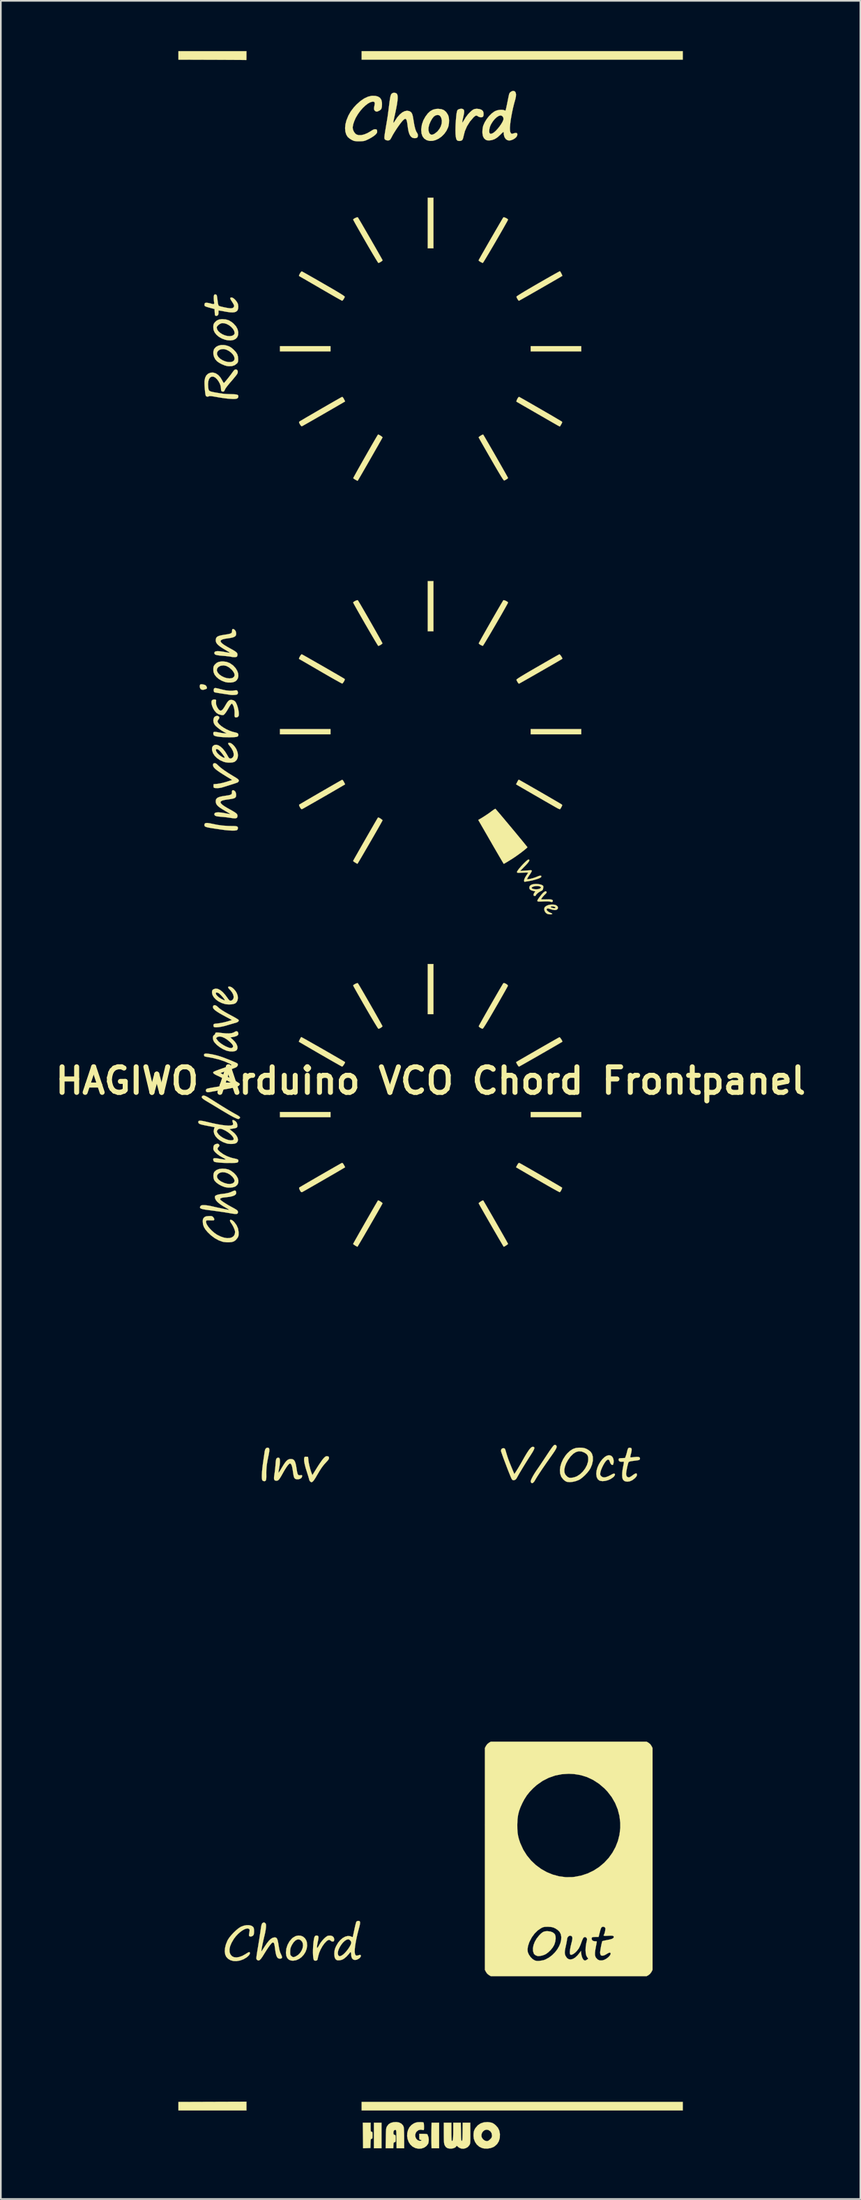
<source format=kicad_pcb>
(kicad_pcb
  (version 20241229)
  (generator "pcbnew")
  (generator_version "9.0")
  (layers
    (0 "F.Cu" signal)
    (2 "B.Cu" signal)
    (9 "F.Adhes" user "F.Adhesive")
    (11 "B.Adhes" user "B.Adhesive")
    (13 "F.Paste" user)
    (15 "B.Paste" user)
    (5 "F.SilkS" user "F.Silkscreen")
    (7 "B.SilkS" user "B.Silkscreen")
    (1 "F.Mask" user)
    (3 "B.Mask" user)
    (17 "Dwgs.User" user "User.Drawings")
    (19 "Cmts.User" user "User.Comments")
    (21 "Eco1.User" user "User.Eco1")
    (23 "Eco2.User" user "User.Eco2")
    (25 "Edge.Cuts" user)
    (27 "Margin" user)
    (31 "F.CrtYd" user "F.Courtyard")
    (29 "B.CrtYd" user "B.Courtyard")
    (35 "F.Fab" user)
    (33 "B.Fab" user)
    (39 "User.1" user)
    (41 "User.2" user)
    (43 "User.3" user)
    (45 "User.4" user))
  (footprint "HAGIWO Arduino VCO Chord Frontpanel"
    (layer "F.Cu")
    (at 22.686 61.473)
    (property "Reference" "HAGIWO Arduino VCO Chord Frontpanel" (at 0 0 0) (layer "F.SilkS") (effects (font (size 1.524 1.524) (thickness 0.3))))
    (attr through_hole)
    (fp_poly (pts (xy -5.983 -43.547) (xy -9.003 -43.547) (xy -9.003 -43.857) (xy -5.983 -43.857) (xy -5.983 -43.547)) (stroke (width 0.01) (type solid)) (fill yes) (layer "F.SilkS"))
    (fp_poly (pts (xy -5.983 -20.687) (xy -9.003 -20.687) (xy -9.003 -20.997) (xy -5.983 -20.997) (xy -5.983 -20.687)) (stroke (width 0.01) (type solid)) (fill yes) (layer "F.SilkS"))
    (fp_poly (pts (xy -5.983 2.173) (xy -9.003 2.173) (xy -9.003 1.863) (xy -5.983 1.863) (xy -5.983 2.173)) (stroke (width 0.01) (type solid)) (fill yes) (layer "F.SilkS"))
    (fp_poly (pts (xy -2.935 63.726) (xy -3.387 63.726) (xy -3.387 62.202) (xy -2.935 62.202) (xy -2.935 63.726)) (stroke (width 0.01) (type solid)) (fill yes) (layer "F.SilkS"))
    (fp_poly (pts (xy 0.169 -49.699) (xy -0.169 -49.699) (xy -0.169 -52.719) (xy 0.169 -52.719) (xy 0.169 -49.699)) (stroke (width 0.01) (type solid)) (fill yes) (layer "F.SilkS"))
    (fp_poly (pts (xy 0.169 -26.839) (xy -0.169 -26.839) (xy -0.169 -29.831) (xy 0.169 -29.831) (xy 0.169 -26.839)) (stroke (width 0.01) (type solid)) (fill yes) (layer "F.SilkS"))
    (fp_poly (pts (xy 0.169 -3.979) (xy -0.169 -3.979) (xy -0.169 -6.971) (xy 0.169 -6.971) (xy 0.169 -3.979)) (stroke (width 0.01) (type solid)) (fill yes) (layer "F.SilkS"))
    (fp_poly (pts (xy 9.003 -43.547) (xy 5.983 -43.547) (xy 5.983 -43.857) (xy 9.003 -43.857) (xy 9.003 -43.547)) (stroke (width 0.01) (type solid)) (fill yes) (layer "F.SilkS"))
    (fp_poly (pts (xy 9.003 -20.687) (xy 5.983 -20.687) (xy 5.983 -20.997) (xy 9.003 -20.997) (xy 9.003 -20.687)) (stroke (width 0.01) (type solid)) (fill yes) (layer "F.SilkS"))
    (fp_poly (pts (xy 9.003 2.173) (xy 5.983 2.173) (xy 5.983 1.863) (xy 9.003 1.863) (xy 9.003 2.173)) (stroke (width 0.01) (type solid)) (fill yes) (layer "F.SilkS"))
    (fp_poly (pts (xy 15.071 -60.96) (xy -4.12 -60.96) (xy -4.12 -61.468) (xy 15.071 -61.468) (xy 15.071 -60.96)) (stroke (width 0.01) (type solid)) (fill yes) (layer "F.SilkS"))
    (fp_poly (pts (xy 15.071 61.468) (xy -4.12 61.468) (xy -4.12 60.96) (xy 15.071 60.96) (xy 15.071 61.468)) (stroke (width 0.01) (type solid)) (fill yes) (layer "F.SilkS"))
    (fp_poly (pts (xy -11.007 61.207) (xy -11.007 61.468) (xy -15.071 61.468) (xy -15.071 60.961) (xy -11.007 60.946) (xy -11.007 61.207)) (stroke (width 0.01) (type solid)) (fill yes) (layer "F.SilkS"))
    (fp_poly (pts (xy 0.508 63.726) (xy 0.058 63.726) (xy 0.05 63.408) (xy 0.048 63.26) (xy 0.047 63.076) (xy 0.048 62.878) (xy 0.05 62.687) (xy 0.051 62.646) (xy 0.059 62.202) (xy 0.508 62.202) (xy 0.508 63.726)) (stroke (width 0.01) (type solid)) (fill yes) (layer "F.SilkS"))
    (fp_poly (pts (xy -13.631 -23.668) (xy -13.515 -23.642) (xy -13.442 -23.605) (xy -13.397 -23.546) (xy -13.381 -23.508) (xy -13.365 -23.449) (xy -13.379 -23.416) (xy -13.432 -23.387) (xy -13.448 -23.38) (xy -13.576 -23.343) (xy -13.68 -23.349) (xy -13.752 -23.396) (xy -13.757 -23.403) (xy -13.793 -23.491) (xy -13.796 -23.587) (xy -13.775 -23.647) (xy -13.739 -23.672) (xy -13.669 -23.673) (xy -13.631 -23.668)) (stroke (width 0.01) (type solid)) (fill yes) (layer "F.SilkS"))
    (fp_poly (pts (xy -11.007 -61.2) (xy -11.007 -61.086) (xy -11.009 -60.997) (xy -11.012 -60.946) (xy -11.014 -60.939) (xy -11.042 -60.94) (xy -11.123 -60.941) (xy -11.251 -60.943) (xy -11.422 -60.944) (xy -11.632 -60.946) (xy -11.875 -60.947) (xy -12.149 -60.949) (xy -12.447 -60.95) (xy -12.766 -60.952) (xy -13.046 -60.953) (xy -15.071 -60.96) (xy -15.071 -61.468) (xy -11.007 -61.468) (xy -11.007 -61.2)) (stroke (width 0.01) (type solid)) (fill yes) (layer "F.SilkS"))
    (fp_poly (pts (xy -3.817 62.202) (xy -3.584 62.202) (xy -3.584 62.47) (xy -3.583 62.595) (xy -3.579 62.673) (xy -3.57 62.716) (xy -3.553 62.734) (xy -3.528 62.738) (xy -3.499 62.743) (xy -3.482 62.766) (xy -3.474 62.818) (xy -3.471 62.912) (xy -3.471 62.95) (xy -3.473 63.058) (xy -3.479 63.122) (xy -3.493 63.152) (xy -3.518 63.161) (xy -3.527 63.161) (xy -3.552 63.166) (xy -3.569 63.187) (xy -3.58 63.233) (xy -3.586 63.317) (xy -3.59 63.437) (xy -3.598 63.712) (xy -3.816 63.72) (xy -4.034 63.728) (xy -4.042 62.965) (xy -4.05 62.202) (xy -3.817 62.202)) (stroke (width 0.01) (type solid)) (fill yes) (layer "F.SilkS"))
    (fp_poly (pts (xy 7.159 50.786) (xy 7.301 50.839) (xy 7.405 50.923) (xy 7.44 50.975) (xy 7.47 51.083) (xy 7.474 51.223) (xy 7.453 51.378) (xy 7.408 51.534) (xy 7.379 51.605) (xy 7.291 51.751) (xy 7.171 51.897) (xy 7.033 52.029) (xy 6.893 52.131) (xy 6.825 52.166) (xy 6.703 52.211) (xy 6.576 52.241) (xy 6.461 52.255) (xy 6.379 52.249) (xy 6.378 52.248) (xy 6.262 52.198) (xy 6.186 52.132) (xy 6.174 52.114) (xy 6.123 51.962) (xy 6.117 51.786) (xy 6.152 51.596) (xy 6.227 51.4) (xy 6.339 51.205) (xy 6.484 51.024) (xy 6.597 50.909) (xy 6.693 50.833) (xy 6.787 50.789) (xy 6.892 50.77) (xy 6.987 50.767) (xy 7.159 50.786)) (stroke (width 0.01) (type solid)) (fill yes) (layer "F.SilkS"))
    (fp_poly (pts (xy -13.231 -15.379) (xy -13.102 -15.353) (xy -12.754 -15.282) (xy -12.433 -15.237) (xy -12.115 -15.215) (xy -11.949 -15.212) (xy -11.78 -15.21) (xy -11.661 -15.204) (xy -11.583 -15.189) (xy -11.538 -15.163) (xy -11.519 -15.124) (xy -11.518 -15.068) (xy -11.52 -15.052) (xy -11.547 -14.984) (xy -11.599 -14.955) (xy -11.703 -14.939) (xy -11.854 -14.936) (xy -12.041 -14.945) (xy -12.257 -14.965) (xy -12.432 -14.988) (xy -12.707 -15.027) (xy -12.931 -15.06) (xy -13.109 -15.088) (xy -13.247 -15.112) (xy -13.35 -15.134) (xy -13.423 -15.156) (xy -13.471 -15.178) (xy -13.5 -15.202) (xy -13.514 -15.229) (xy -13.518 -15.262) (xy -13.518 -15.285) (xy -13.503 -15.347) (xy -13.452 -15.383) (xy -13.363 -15.394) (xy -13.231 -15.379)) (stroke (width 0.01) (type solid)) (fill yes) (layer "F.SilkS"))
    (fp_poly (pts (xy -9.689 21.911) (xy -9.654 21.946) (xy -9.638 22.012) (xy -9.642 22.115) (xy -9.665 22.262) (xy -9.69 22.386) (xy -9.741 22.637) (xy -9.778 22.849) (xy -9.802 23.034) (xy -9.815 23.209) (xy -9.819 23.387) (xy -9.818 23.491) (xy -9.817 23.654) (xy -9.824 23.769) (xy -9.842 23.843) (xy -9.872 23.885) (xy -9.917 23.902) (xy -9.948 23.904) (xy -10.017 23.884) (xy -10.051 23.857) (xy -10.074 23.796) (xy -10.085 23.685) (xy -10.085 23.529) (xy -10.075 23.334) (xy -10.053 23.105) (xy -10.021 22.847) (xy -10.006 22.747) (xy -9.981 22.573) (xy -9.957 22.411) (xy -9.937 22.272) (xy -9.922 22.168) (xy -9.914 22.112) (xy -9.881 21.995) (xy -9.822 21.923) (xy -9.746 21.9) (xy -9.689 21.911)) (stroke (width 0.01) (type solid)) (fill yes) (layer "F.SilkS"))
    (fp_poly (pts (xy 6.928 -11.285) (xy 6.934 -11.271) (xy 6.925 -11.217) (xy 6.864 -11.151) (xy 6.801 -11.091) (xy 6.732 -11.016) (xy 6.668 -10.94) (xy 6.622 -10.875) (xy 6.604 -10.837) (xy 6.63 -10.83) (xy 6.701 -10.826) (xy 6.806 -10.826) (xy 6.907 -10.829) (xy 7.08 -10.832) (xy 7.202 -10.823) (xy 7.276 -10.799) (xy 7.307 -10.761) (xy 7.301 -10.714) (xy 7.278 -10.681) (xy 7.235 -10.673) (xy 7.159 -10.69) (xy 7.126 -10.699) (xy 7.062 -10.709) (xy 6.957 -10.713) (xy 6.823 -10.712) (xy 6.71 -10.707) (xy 6.554 -10.7) (xy 6.45 -10.702) (xy 6.393 -10.718) (xy 6.379 -10.752) (xy 6.403 -10.811) (xy 6.462 -10.898) (xy 6.495 -10.944) (xy 6.623 -11.111) (xy 6.731 -11.228) (xy 6.819 -11.297) (xy 6.885 -11.316) (xy 6.928 -11.285)) (stroke (width 0.01) (type solid)) (fill yes) (layer "F.SilkS"))
    (fp_poly (pts (xy -12.762 -23.433) (xy -12.644 -23.405) (xy -12.48 -23.362) (xy -12.464 -23.358) (xy -12.248 -23.311) (xy -12.039 -23.287) (xy -11.852 -23.285) (xy -11.699 -23.307) (xy -11.691 -23.31) (xy -11.6 -23.316) (xy -11.541 -23.276) (xy -11.515 -23.191) (xy -11.515 -23.168) (xy -11.529 -23.098) (xy -11.58 -23.059) (xy -11.587 -23.057) (xy -11.658 -23.042) (xy -11.761 -23.034) (xy -11.873 -23.033) (xy -11.97 -23.041) (xy -11.994 -23.045) (xy -12.036 -23.052) (xy -12.123 -23.065) (xy -12.244 -23.083) (xy -12.388 -23.105) (xy -12.466 -23.116) (xy -12.617 -23.14) (xy -12.748 -23.161) (xy -12.85 -23.18) (xy -12.911 -23.193) (xy -12.924 -23.197) (xy -12.954 -23.244) (xy -12.965 -23.317) (xy -12.955 -23.39) (xy -12.948 -23.406) (xy -12.928 -23.432) (xy -12.896 -23.445) (xy -12.844 -23.446) (xy -12.762 -23.433)) (stroke (width 0.01) (type solid)) (fill yes) (layer "F.SilkS"))
    (fp_poly (pts (xy -5.255 -17.953) (xy -5.21 -17.893) (xy -5.181 -17.84) (xy -5.109 -17.698) (xy -5.37 -17.545) (xy -5.531 -17.451) (xy -5.715 -17.344) (xy -5.917 -17.227) (xy -6.13 -17.104) (xy -6.35 -16.977) (xy -6.571 -16.85) (xy -6.787 -16.727) (xy -6.992 -16.609) (xy -7.181 -16.502) (xy -7.347 -16.407) (xy -7.487 -16.328) (xy -7.593 -16.268) (xy -7.661 -16.231) (xy -7.683 -16.22) (xy -7.721 -16.222) (xy -7.764 -16.263) (xy -7.807 -16.33) (xy -7.846 -16.409) (xy -7.861 -16.466) (xy -7.857 -16.482) (xy -7.828 -16.5) (xy -7.757 -16.543) (xy -7.647 -16.608) (xy -7.506 -16.691) (xy -7.338 -16.789) (xy -7.149 -16.899) (xy -6.945 -17.018) (xy -6.731 -17.142) (xy -6.513 -17.268) (xy -6.296 -17.393) (xy -6.087 -17.514) (xy -5.89 -17.627) (xy -5.712 -17.73) (xy -5.558 -17.818) (xy -5.433 -17.889) (xy -5.344 -17.939) (xy -5.295 -17.966) (xy -5.288 -17.969) (xy -5.255 -17.953)) (stroke (width 0.01) (type solid)) (fill yes) (layer "F.SilkS"))
    (fp_poly (pts (xy -5.255 -40.814) (xy -5.207 -40.75) (xy -5.181 -40.7) (xy -5.108 -40.558) (xy -5.299 -40.447) (xy -5.515 -40.322) (xy -5.744 -40.189) (xy -5.982 -40.052) (xy -6.223 -39.913) (xy -6.461 -39.775) (xy -6.693 -39.642) (xy -6.912 -39.517) (xy -7.114 -39.401) (xy -7.293 -39.299) (xy -7.445 -39.213) (xy -7.564 -39.146) (xy -7.644 -39.101) (xy -7.682 -39.081) (xy -7.683 -39.08) (xy -7.721 -39.082) (xy -7.762 -39.121) (xy -7.807 -39.19) (xy -7.849 -39.268) (xy -7.863 -39.315) (xy -7.85 -39.346) (xy -7.843 -39.353) (xy -7.812 -39.374) (xy -7.738 -39.418) (xy -7.626 -39.484) (xy -7.483 -39.569) (xy -7.313 -39.668) (xy -7.122 -39.779) (xy -6.917 -39.898) (xy -6.702 -40.023) (xy -6.484 -40.149) (xy -6.268 -40.273) (xy -6.06 -40.393) (xy -5.866 -40.504) (xy -5.691 -40.605) (xy -5.54 -40.69) (xy -5.42 -40.758) (xy -5.337 -40.804) (xy -5.295 -40.826) (xy -5.293 -40.827) (xy -5.255 -40.814)) (stroke (width 0.01) (type solid)) (fill yes) (layer "F.SilkS"))
    (fp_poly (pts (xy 7.47 21.742) (xy 7.494 21.76) (xy 7.526 21.798) (xy 7.536 21.845) (xy 7.522 21.909) (xy 7.482 21.995) (xy 7.413 22.11) (xy 7.312 22.258) (xy 7.237 22.365) (xy 7.082 22.583) (xy 6.928 22.802) (xy 6.78 23.017) (xy 6.641 23.22) (xy 6.518 23.405) (xy 6.414 23.564) (xy 6.333 23.692) (xy 6.281 23.781) (xy 6.28 23.783) (xy 6.2 23.916) (xy 6.129 23.996) (xy 6.068 24.023) (xy 6.032 24.014) (xy 5.994 23.965) (xy 5.983 23.909) (xy 5.999 23.842) (xy 6.044 23.739) (xy 6.112 23.609) (xy 6.198 23.463) (xy 6.297 23.309) (xy 6.366 23.208) (xy 6.425 23.124) (xy 6.507 23.004) (xy 6.605 22.859) (xy 6.712 22.698) (xy 6.821 22.534) (xy 6.834 22.515) (xy 6.98 22.294) (xy 7.099 22.116) (xy 7.195 21.978) (xy 7.27 21.874) (xy 7.329 21.802) (xy 7.375 21.756) (xy 7.411 21.734) (xy 7.442 21.731) (xy 7.47 21.742)) (stroke (width 0.01) (type solid)) (fill yes) (layer "F.SilkS"))
    (fp_poly (pts (xy -13.512 0.888) (xy -13.417 0.926) (xy -13.291 0.995) (xy -13.127 1.097) (xy -13.109 1.108) (xy -12.877 1.256) (xy -12.642 1.404) (xy -12.413 1.546) (xy -12.197 1.678) (xy -12.002 1.795) (xy -11.836 1.892) (xy -11.706 1.966) (xy -11.665 1.987) (xy -11.563 2.044) (xy -11.477 2.097) (xy -11.423 2.138) (xy -11.417 2.144) (xy -11.386 2.186) (xy -11.397 2.219) (xy -11.417 2.24) (xy -11.45 2.269) (xy -11.487 2.281) (xy -11.536 2.274) (xy -11.611 2.245) (xy -11.722 2.194) (xy -11.756 2.177) (xy -11.846 2.131) (xy -11.974 2.06) (xy -12.129 1.972) (xy -12.3 1.871) (xy -12.478 1.765) (xy -12.559 1.717) (xy -12.735 1.609) (xy -12.908 1.505) (xy -13.068 1.408) (xy -13.205 1.327) (xy -13.308 1.265) (xy -13.342 1.246) (xy -13.492 1.155) (xy -13.595 1.083) (xy -13.656 1.026) (xy -13.68 0.98) (xy -13.671 0.94) (xy -13.633 0.897) (xy -13.582 0.879) (xy -13.512 0.888)) (stroke (width 0.01) (type solid)) (fill yes) (layer "F.SilkS"))
    (fp_poly (pts (xy 5.336 4.922) (xy 5.413 4.964) (xy 5.527 5.029) (xy 5.672 5.111) (xy 5.844 5.209) (xy 6.035 5.318) (xy 6.241 5.437) (xy 6.455 5.56) (xy 6.673 5.686) (xy 6.888 5.81) (xy 7.096 5.93) (xy 7.289 6.043) (xy 7.463 6.144) (xy 7.612 6.231) (xy 7.731 6.301) (xy 7.813 6.35) (xy 7.853 6.376) (xy 7.856 6.378) (xy 7.857 6.413) (xy 7.835 6.476) (xy 7.799 6.549) (xy 7.759 6.612) (xy 7.724 6.649) (xy 7.719 6.651) (xy 7.689 6.639) (xy 7.616 6.601) (xy 7.504 6.541) (xy 7.358 6.46) (xy 7.184 6.362) (xy 6.986 6.25) (xy 6.77 6.126) (xy 6.59 6.023) (xy 6.355 5.887) (xy 6.128 5.756) (xy 5.916 5.633) (xy 5.724 5.522) (xy 5.559 5.426) (xy 5.428 5.35) (xy 5.334 5.295) (xy 5.298 5.274) (xy 5.107 5.161) (xy 5.181 5.024) (xy 5.232 4.941) (xy 5.273 4.905) (xy 5.302 4.904) (xy 5.336 4.922)) (stroke (width 0.01) (type solid)) (fill yes) (layer "F.SilkS"))
    (fp_poly (pts (xy -5.265 4.908) (xy -5.224 4.953) (xy -5.182 5.023) (xy -5.107 5.16) (xy -5.27 5.258) (xy -5.347 5.304) (xy -5.461 5.37) (xy -5.606 5.455) (xy -5.776 5.554) (xy -5.966 5.663) (xy -6.17 5.781) (xy -6.381 5.903) (xy -6.594 6.026) (xy -6.804 6.147) (xy -7.005 6.262) (xy -7.19 6.368) (xy -7.354 6.462) (xy -7.492 6.54) (xy -7.597 6.599) (xy -7.663 6.637) (xy -7.685 6.648) (xy -7.734 6.642) (xy -7.753 6.626) (xy -7.799 6.557) (xy -7.836 6.48) (xy -7.858 6.414) (xy -7.855 6.377) (xy -7.855 6.377) (xy -7.826 6.359) (xy -7.754 6.315) (xy -7.644 6.25) (xy -7.502 6.167) (xy -7.334 6.069) (xy -7.145 5.959) (xy -6.94 5.841) (xy -6.727 5.717) (xy -6.509 5.592) (xy -6.293 5.467) (xy -6.085 5.348) (xy -5.889 5.236) (xy -5.713 5.135) (xy -5.56 5.048) (xy -5.438 4.979) (xy -5.352 4.931) (xy -5.306 4.906) (xy -5.302 4.904) (xy -5.265 4.908)) (stroke (width 0.01) (type solid)) (fill yes) (layer "F.SilkS"))
    (fp_poly (pts (xy -3.111 -38.576) (xy -3.052 -38.548) (xy -2.982 -38.506) (xy -2.919 -38.461) (xy -2.879 -38.423) (xy -2.873 -38.408) (xy -2.888 -38.379) (xy -2.927 -38.308) (xy -2.989 -38.198) (xy -3.069 -38.057) (xy -3.164 -37.889) (xy -3.272 -37.701) (xy -3.388 -37.498) (xy -3.51 -37.285) (xy -3.634 -37.069) (xy -3.757 -36.854) (xy -3.876 -36.647) (xy -3.988 -36.453) (xy -4.089 -36.278) (xy -4.176 -36.128) (xy -4.247 -36.008) (xy -4.296 -35.923) (xy -4.315 -35.892) (xy -4.363 -35.815) (xy -4.487 -35.881) (xy -4.561 -35.926) (xy -4.611 -35.964) (xy -4.622 -35.978) (xy -4.61 -36.006) (xy -4.572 -36.077) (xy -4.513 -36.185) (xy -4.435 -36.326) (xy -4.342 -36.494) (xy -4.236 -36.683) (xy -4.12 -36.887) (xy -3.999 -37.101) (xy -3.874 -37.32) (xy -3.75 -37.538) (xy -3.629 -37.749) (xy -3.515 -37.949) (xy -3.41 -38.13) (xy -3.318 -38.288) (xy -3.242 -38.418) (xy -3.185 -38.513) (xy -3.15 -38.568) (xy -3.142 -38.579) (xy -3.111 -38.576)) (stroke (width 0.01) (type solid)) (fill yes) (layer "F.SilkS"))
    (fp_poly (pts (xy -7.668 -48.306) (xy -7.593 -48.265) (xy -7.478 -48.201) (xy -7.329 -48.117) (xy -7.15 -48.015) (xy -6.945 -47.899) (xy -6.72 -47.77) (xy -6.479 -47.631) (xy -6.387 -47.578) (xy -6.096 -47.41) (xy -5.85 -47.268) (xy -5.647 -47.149) (xy -5.484 -47.051) (xy -5.355 -46.972) (xy -5.259 -46.911) (xy -5.192 -46.865) (xy -5.151 -46.831) (xy -5.131 -46.809) (xy -5.13 -46.797) (xy -5.168 -46.715) (xy -5.214 -46.64) (xy -5.259 -46.586) (xy -5.287 -46.569) (xy -5.317 -46.583) (xy -5.391 -46.624) (xy -5.505 -46.687) (xy -5.653 -46.77) (xy -5.831 -46.872) (xy -6.034 -46.989) (xy -6.258 -47.118) (xy -6.497 -47.256) (xy -6.576 -47.302) (xy -6.819 -47.444) (xy -7.048 -47.576) (xy -7.258 -47.698) (xy -7.444 -47.806) (xy -7.601 -47.896) (xy -7.726 -47.968) (xy -7.812 -48.017) (xy -7.856 -48.042) (xy -7.86 -48.044) (xy -7.865 -48.072) (xy -7.844 -48.128) (xy -7.808 -48.198) (xy -7.765 -48.263) (xy -7.724 -48.31) (xy -7.698 -48.322) (xy -7.668 -48.306)) (stroke (width 0.01) (type solid)) (fill yes) (layer "F.SilkS"))
    (fp_poly (pts (xy -4.35 -5.827) (xy -4.328 -5.794) (xy -4.281 -5.719) (xy -4.214 -5.606) (xy -4.13 -5.462) (xy -4.03 -5.291) (xy -3.92 -5.101) (xy -3.801 -4.895) (xy -3.678 -4.681) (xy -3.553 -4.463) (xy -3.429 -4.247) (xy -3.311 -4.038) (xy -3.2 -3.843) (xy -3.101 -3.667) (xy -3.016 -3.516) (xy -2.949 -3.394) (xy -2.902 -3.308) (xy -2.88 -3.264) (xy -2.879 -3.259) (xy -2.901 -3.224) (xy -2.957 -3.179) (xy -3.027 -3.137) (xy -3.091 -3.109) (xy -3.117 -3.104) (xy -3.138 -3.128) (xy -3.184 -3.196) (xy -3.252 -3.305) (xy -3.34 -3.448) (xy -3.445 -3.623) (xy -3.565 -3.824) (xy -3.695 -4.046) (xy -3.835 -4.286) (xy -3.891 -4.384) (xy -4.033 -4.629) (xy -4.165 -4.861) (xy -4.286 -5.073) (xy -4.393 -5.261) (xy -4.483 -5.421) (xy -4.554 -5.548) (xy -4.602 -5.637) (xy -4.626 -5.684) (xy -4.628 -5.689) (xy -4.605 -5.721) (xy -4.548 -5.76) (xy -4.476 -5.798) (xy -4.406 -5.824) (xy -4.358 -5.831) (xy -4.35 -5.827)) (stroke (width 0.01) (type solid)) (fill yes) (layer "F.SilkS"))
    (fp_poly (pts (xy -4.35 -28.687) (xy -4.327 -28.654) (xy -4.281 -28.579) (xy -4.213 -28.466) (xy -4.128 -28.321) (xy -4.029 -28.151) (xy -3.918 -27.96) (xy -3.799 -27.754) (xy -3.676 -27.539) (xy -3.551 -27.321) (xy -3.428 -27.105) (xy -3.309 -26.896) (xy -3.199 -26.701) (xy -3.099 -26.525) (xy -3.015 -26.373) (xy -2.948 -26.252) (xy -2.902 -26.166) (xy -2.88 -26.122) (xy -2.879 -26.118) (xy -2.902 -26.086) (xy -2.958 -26.043) (xy -3.028 -26.001) (xy -3.094 -25.971) (xy -3.127 -25.964) (xy -3.146 -25.988) (xy -3.19 -26.056) (xy -3.256 -26.164) (xy -3.343 -26.308) (xy -3.446 -26.482) (xy -3.564 -26.683) (xy -3.694 -26.905) (xy -3.833 -27.145) (xy -3.891 -27.244) (xy -4.032 -27.49) (xy -4.165 -27.722) (xy -4.286 -27.934) (xy -4.393 -28.123) (xy -4.483 -28.283) (xy -4.554 -28.41) (xy -4.602 -28.499) (xy -4.626 -28.547) (xy -4.628 -28.552) (xy -4.605 -28.585) (xy -4.548 -28.624) (xy -4.475 -28.661) (xy -4.405 -28.687) (xy -4.357 -28.691) (xy -4.35 -28.687)) (stroke (width 0.01) (type solid)) (fill yes) (layer "F.SilkS"))
    (fp_poly (pts (xy -4.349 -51.547) (xy -4.33 -51.518) (xy -4.286 -51.445) (xy -4.22 -51.334) (xy -4.136 -51.192) (xy -4.038 -51.023) (xy -3.928 -50.834) (xy -3.809 -50.629) (xy -3.685 -50.415) (xy -3.559 -50.198) (xy -3.435 -49.981) (xy -3.315 -49.773) (xy -3.203 -49.577) (xy -3.102 -49.4) (xy -3.015 -49.247) (xy -2.946 -49.125) (xy -2.897 -49.037) (xy -2.873 -48.991) (xy -2.87 -48.985) (xy -2.889 -48.957) (xy -2.941 -48.915) (xy -3.009 -48.872) (xy -3.075 -48.838) (xy -3.12 -48.825) (xy -3.14 -48.849) (xy -3.185 -48.917) (xy -3.252 -49.025) (xy -3.339 -49.168) (xy -3.444 -49.342) (xy -3.562 -49.543) (xy -3.693 -49.765) (xy -3.832 -50.005) (xy -3.889 -50.104) (xy -4.031 -50.35) (xy -4.164 -50.582) (xy -4.285 -50.794) (xy -4.392 -50.983) (xy -4.483 -51.143) (xy -4.553 -51.27) (xy -4.602 -51.36) (xy -4.626 -51.407) (xy -4.628 -51.413) (xy -4.605 -51.445) (xy -4.548 -51.485) (xy -4.474 -51.521) (xy -4.405 -51.547) (xy -4.357 -51.551) (xy -4.349 -51.547)) (stroke (width 0.01) (type solid)) (fill yes) (layer "F.SilkS"))
    (fp_poly (pts (xy 4.456 -5.814) (xy 4.528 -5.775) (xy 4.588 -5.729) (xy 4.619 -5.685) (xy 4.62 -5.67) (xy 4.603 -5.637) (xy 4.562 -5.56) (xy 4.497 -5.443) (xy 4.412 -5.292) (xy 4.309 -5.111) (xy 4.192 -4.906) (xy 4.063 -4.68) (xy 3.924 -4.439) (xy 3.88 -4.363) (xy 3.696 -4.046) (xy 3.539 -3.777) (xy 3.407 -3.555) (xy 3.3 -3.379) (xy 3.217 -3.248) (xy 3.157 -3.16) (xy 3.12 -3.114) (xy 3.108 -3.107) (xy 3.055 -3.123) (xy 2.983 -3.158) (xy 2.97 -3.166) (xy 2.911 -3.211) (xy 2.88 -3.252) (xy 2.879 -3.258) (xy 2.892 -3.288) (xy 2.931 -3.36) (xy 2.992 -3.471) (xy 3.071 -3.613) (xy 3.166 -3.782) (xy 3.273 -3.971) (xy 3.39 -4.176) (xy 3.512 -4.39) (xy 3.637 -4.608) (xy 3.761 -4.824) (xy 3.882 -5.033) (xy 3.995 -5.23) (xy 4.098 -5.407) (xy 4.188 -5.561) (xy 4.262 -5.685) (xy 4.315 -5.774) (xy 4.346 -5.821) (xy 4.35 -5.827) (xy 4.391 -5.835) (xy 4.456 -5.814)) (stroke (width 0.01) (type solid)) (fill yes) (layer "F.SilkS"))
    (fp_poly (pts (xy 7.755 -48.301) (xy 7.791 -48.241) (xy 7.828 -48.169) (xy 7.859 -48.102) (xy 7.874 -48.06) (xy 7.873 -48.054) (xy 7.843 -48.035) (xy 7.77 -47.992) (xy 7.66 -47.927) (xy 7.518 -47.844) (xy 7.349 -47.747) (xy 7.16 -47.638) (xy 6.955 -47.52) (xy 6.741 -47.397) (xy 6.523 -47.272) (xy 6.305 -47.147) (xy 6.095 -47.027) (xy 5.897 -46.914) (xy 5.717 -46.812) (xy 5.561 -46.724) (xy 5.433 -46.652) (xy 5.34 -46.6) (xy 5.288 -46.571) (xy 5.278 -46.567) (xy 5.25 -46.589) (xy 5.21 -46.644) (xy 5.197 -46.665) (xy 5.158 -46.738) (xy 5.133 -46.797) (xy 5.131 -46.805) (xy 5.148 -46.827) (xy 5.204 -46.869) (xy 5.3 -46.933) (xy 5.439 -47.019) (xy 5.621 -47.13) (xy 5.848 -47.264) (xy 6.122 -47.424) (xy 6.418 -47.595) (xy 6.665 -47.737) (xy 6.897 -47.87) (xy 7.11 -47.991) (xy 7.299 -48.098) (xy 7.459 -48.188) (xy 7.587 -48.258) (xy 7.676 -48.306) (xy 7.724 -48.33) (xy 7.73 -48.332) (xy 7.755 -48.301)) (stroke (width 0.01) (type solid)) (fill yes) (layer "F.SilkS"))
    (fp_poly (pts (xy -7.705 -2.599) (xy -7.636 -2.562) (xy -7.529 -2.503) (xy -7.39 -2.425) (xy -7.223 -2.331) (xy -7.036 -2.224) (xy -6.832 -2.109) (xy -6.618 -1.987) (xy -6.399 -1.862) (xy -6.181 -1.737) (xy -5.968 -1.615) (xy -5.768 -1.499) (xy -5.584 -1.393) (xy -5.422 -1.299) (xy -5.289 -1.221) (xy -5.189 -1.162) (xy -5.129 -1.125) (xy -5.112 -1.114) (xy -5.117 -1.083) (xy -5.146 -1.026) (xy -5.189 -0.957) (xy -5.235 -0.895) (xy -5.272 -0.855) (xy -5.286 -0.848) (xy -5.316 -0.862) (xy -5.391 -0.902) (xy -5.504 -0.965) (xy -5.653 -1.049) (xy -5.831 -1.15) (xy -6.035 -1.266) (xy -6.26 -1.395) (xy -6.5 -1.534) (xy -6.59 -1.585) (xy -6.834 -1.727) (xy -7.064 -1.86) (xy -7.274 -1.982) (xy -7.459 -2.09) (xy -7.616 -2.182) (xy -7.74 -2.254) (xy -7.826 -2.304) (xy -7.869 -2.33) (xy -7.873 -2.333) (xy -7.867 -2.361) (xy -7.842 -2.42) (xy -7.806 -2.492) (xy -7.769 -2.559) (xy -7.739 -2.604) (xy -7.731 -2.611) (xy -7.705 -2.599)) (stroke (width 0.01) (type solid)) (fill yes) (layer "F.SilkS"))
    (fp_poly (pts (xy -3.112 7.145) (xy -3.054 7.173) (xy -2.985 7.215) (xy -2.922 7.261) (xy -2.881 7.299) (xy -2.874 7.316) (xy -2.89 7.349) (xy -2.931 7.424) (xy -2.993 7.535) (xy -3.075 7.679) (xy -3.171 7.848) (xy -3.28 8.038) (xy -3.397 8.242) (xy -3.521 8.456) (xy -3.647 8.674) (xy -3.772 8.89) (xy -3.894 9.099) (xy -4.008 9.296) (xy -4.113 9.474) (xy -4.204 9.629) (xy -4.279 9.755) (xy -4.334 9.846) (xy -4.366 9.897) (xy -4.373 9.906) (xy -4.404 9.892) (xy -4.467 9.858) (xy -4.508 9.834) (xy -4.578 9.787) (xy -4.621 9.749) (xy -4.628 9.735) (xy -4.615 9.708) (xy -4.576 9.638) (xy -4.516 9.529) (xy -4.436 9.389) (xy -4.342 9.222) (xy -4.235 9.033) (xy -4.118 8.829) (xy -3.996 8.615) (xy -3.871 8.397) (xy -3.746 8.18) (xy -3.625 7.969) (xy -3.511 7.77) (xy -3.406 7.589) (xy -3.315 7.432) (xy -3.239 7.303) (xy -3.184 7.208) (xy -3.151 7.154) (xy -3.143 7.143) (xy -3.112 7.145)) (stroke (width 0.01) (type solid)) (fill yes) (layer "F.SilkS"))
    (fp_poly (pts (xy -3.11 -15.716) (xy -3.052 -15.689) (xy -2.983 -15.647) (xy -2.92 -15.601) (xy -2.879 -15.563) (xy -2.873 -15.547) (xy -2.889 -15.515) (xy -2.93 -15.44) (xy -2.992 -15.329) (xy -3.073 -15.186) (xy -3.169 -15.017) (xy -3.278 -14.827) (xy -3.395 -14.623) (xy -3.519 -14.409) (xy -3.645 -14.191) (xy -3.77 -13.975) (xy -3.892 -13.766) (xy -4.007 -13.569) (xy -4.111 -13.39) (xy -4.203 -13.235) (xy -4.278 -13.108) (xy -4.333 -13.017) (xy -4.366 -12.965) (xy -4.373 -12.955) (xy -4.404 -12.969) (xy -4.466 -13.004) (xy -4.508 -13.029) (xy -4.578 -13.075) (xy -4.621 -13.114) (xy -4.628 -13.127) (xy -4.615 -13.154) (xy -4.576 -13.225) (xy -4.516 -13.334) (xy -4.436 -13.474) (xy -4.341 -13.641) (xy -4.234 -13.83) (xy -4.118 -14.034) (xy -3.995 -14.248) (xy -3.87 -14.466) (xy -3.745 -14.684) (xy -3.624 -14.894) (xy -3.509 -15.093) (xy -3.405 -15.273) (xy -3.313 -15.431) (xy -3.238 -15.56) (xy -3.182 -15.654) (xy -3.149 -15.708) (xy -3.142 -15.719) (xy -3.11 -15.716)) (stroke (width 0.01) (type solid)) (fill yes) (layer "F.SilkS"))
    (fp_poly (pts (xy 3.142 -38.579) (xy 3.161 -38.55) (xy 3.205 -38.478) (xy 3.27 -38.368) (xy 3.352 -38.226) (xy 3.45 -38.058) (xy 3.559 -37.869) (xy 3.677 -37.664) (xy 3.801 -37.45) (xy 3.926 -37.231) (xy 4.05 -37.014) (xy 4.17 -36.804) (xy 4.283 -36.606) (xy 4.385 -36.426) (xy 4.474 -36.27) (xy 4.545 -36.143) (xy 4.596 -36.05) (xy 4.624 -35.998) (xy 4.628 -35.988) (xy 4.606 -35.958) (xy 4.549 -35.915) (xy 4.475 -35.871) (xy 4.401 -35.837) (xy 4.401 -35.836) (xy 4.384 -35.843) (xy 4.356 -35.874) (xy 4.314 -35.932) (xy 4.257 -36.019) (xy 4.181 -36.14) (xy 4.087 -36.297) (xy 3.971 -36.493) (xy 3.831 -36.732) (xy 3.667 -37.016) (xy 3.618 -37.101) (xy 3.476 -37.347) (xy 3.343 -37.578) (xy 3.221 -37.791) (xy 3.113 -37.98) (xy 3.022 -38.14) (xy 2.95 -38.268) (xy 2.9 -38.358) (xy 2.874 -38.405) (xy 2.872 -38.411) (xy 2.89 -38.438) (xy 2.942 -38.479) (xy 3.01 -38.524) (xy 3.077 -38.561) (xy 3.127 -38.58) (xy 3.142 -38.579)) (stroke (width 0.01) (type solid)) (fill yes) (layer "F.SilkS"))
    (fp_poly (pts (xy 3.143 7.143) (xy 3.163 7.172) (xy 3.206 7.245) (xy 3.271 7.356) (xy 3.354 7.498) (xy 3.451 7.666) (xy 3.561 7.856) (xy 3.679 8.06) (xy 3.802 8.275) (xy 3.927 8.493) (xy 4.051 8.711) (xy 4.171 8.921) (xy 4.284 9.119) (xy 4.386 9.298) (xy 4.474 9.454) (xy 4.545 9.581) (xy 4.596 9.674) (xy 4.624 9.726) (xy 4.628 9.735) (xy 4.607 9.76) (xy 4.553 9.802) (xy 4.485 9.847) (xy 4.42 9.886) (xy 4.376 9.905) (xy 4.371 9.906) (xy 4.355 9.882) (xy 4.313 9.814) (xy 4.249 9.706) (xy 4.165 9.563) (xy 4.062 9.389) (xy 3.946 9.188) (xy 3.816 8.966) (xy 3.678 8.727) (xy 3.621 8.628) (xy 3.479 8.382) (xy 3.346 8.15) (xy 3.224 7.938) (xy 3.116 7.748) (xy 3.024 7.587) (xy 2.952 7.46) (xy 2.902 7.369) (xy 2.876 7.321) (xy 2.874 7.315) (xy 2.891 7.287) (xy 2.942 7.245) (xy 3.009 7.199) (xy 3.076 7.161) (xy 3.127 7.141) (xy 3.143 7.143)) (stroke (width 0.01) (type solid)) (fill yes) (layer "F.SilkS"))
    (fp_poly (pts (xy 4.452 -51.531) (xy 4.526 -51.496) (xy 4.59 -51.457) (xy 4.626 -51.421) (xy 4.628 -51.412) (xy 4.615 -51.38) (xy 4.576 -51.305) (xy 4.514 -51.194) (xy 4.434 -51.051) (xy 4.338 -50.881) (xy 4.23 -50.692) (xy 4.112 -50.488) (xy 3.988 -50.274) (xy 3.862 -50.056) (xy 3.735 -49.84) (xy 3.612 -49.631) (xy 3.496 -49.434) (xy 3.39 -49.256) (xy 3.297 -49.101) (xy 3.221 -48.976) (xy 3.164 -48.885) (xy 3.129 -48.834) (xy 3.121 -48.825) (xy 3.08 -48.838) (xy 3.011 -48.872) (xy 2.977 -48.891) (xy 2.911 -48.935) (xy 2.874 -48.972) (xy 2.87 -48.984) (xy 2.885 -49.013) (xy 2.925 -49.086) (xy 2.987 -49.196) (xy 3.067 -49.339) (xy 3.164 -49.507) (xy 3.272 -49.697) (xy 3.389 -49.901) (xy 3.512 -50.115) (xy 3.638 -50.333) (xy 3.763 -50.549) (xy 3.884 -50.758) (xy 3.998 -50.953) (xy 4.101 -51.131) (xy 4.191 -51.284) (xy 4.263 -51.407) (xy 4.316 -51.495) (xy 4.345 -51.541) (xy 4.35 -51.547) (xy 4.387 -51.551) (xy 4.452 -51.531)) (stroke (width 0.01) (type solid)) (fill yes) (layer "F.SilkS"))
    (fp_poly (pts (xy 4.452 -28.671) (xy 4.526 -28.636) (xy 4.59 -28.597) (xy 4.626 -28.561) (xy 4.628 -28.552) (xy 4.615 -28.519) (xy 4.576 -28.444) (xy 4.514 -28.332) (xy 4.434 -28.189) (xy 4.338 -28.02) (xy 4.23 -27.83) (xy 4.112 -27.626) (xy 3.988 -27.412) (xy 3.862 -27.194) (xy 3.735 -26.978) (xy 3.613 -26.769) (xy 3.497 -26.573) (xy 3.39 -26.395) (xy 3.298 -26.241) (xy 3.221 -26.115) (xy 3.164 -26.025) (xy 3.13 -25.974) (xy 3.122 -25.966) (xy 3.079 -25.979) (xy 3.009 -26.01) (xy 2.985 -26.023) (xy 2.919 -26.066) (xy 2.882 -26.106) (xy 2.879 -26.117) (xy 2.892 -26.147) (xy 2.931 -26.22) (xy 2.992 -26.331) (xy 3.071 -26.474) (xy 3.166 -26.643) (xy 3.274 -26.832) (xy 3.39 -27.037) (xy 3.512 -27.251) (xy 3.637 -27.47) (xy 3.761 -27.686) (xy 3.882 -27.895) (xy 3.995 -28.091) (xy 4.099 -28.269) (xy 4.189 -28.423) (xy 4.262 -28.546) (xy 4.315 -28.635) (xy 4.346 -28.682) (xy 4.35 -28.687) (xy 4.387 -28.691) (xy 4.452 -28.671)) (stroke (width 0.01) (type solid)) (fill yes) (layer "F.SilkS"))
    (fp_poly (pts (xy 7.73 -2.584) (xy 7.772 -2.534) (xy 7.818 -2.466) (xy 7.856 -2.399) (xy 7.875 -2.348) (xy 7.873 -2.333) (xy 7.844 -2.314) (xy 7.772 -2.271) (xy 7.662 -2.206) (xy 7.521 -2.124) (xy 7.352 -2.026) (xy 7.163 -1.917) (xy 6.959 -1.799) (xy 6.744 -1.676) (xy 6.526 -1.551) (xy 6.309 -1.426) (xy 6.098 -1.306) (xy 5.9 -1.193) (xy 5.72 -1.091) (xy 5.564 -1.002) (xy 5.436 -0.931) (xy 5.343 -0.879) (xy 5.291 -0.851) (xy 5.281 -0.847) (xy 5.253 -0.869) (xy 5.21 -0.927) (xy 5.179 -0.976) (xy 5.138 -1.05) (xy 5.115 -1.101) (xy 5.113 -1.114) (xy 5.14 -1.132) (xy 5.211 -1.174) (xy 5.32 -1.238) (xy 5.461 -1.32) (xy 5.629 -1.417) (xy 5.818 -1.526) (xy 6.022 -1.644) (xy 6.237 -1.767) (xy 6.455 -1.893) (xy 6.673 -2.018) (xy 6.883 -2.139) (xy 7.081 -2.252) (xy 7.261 -2.355) (xy 7.418 -2.444) (xy 7.546 -2.516) (xy 7.639 -2.568) (xy 7.691 -2.597) (xy 7.701 -2.602) (xy 7.73 -2.584)) (stroke (width 0.01) (type solid)) (fill yes) (layer "F.SilkS"))
    (fp_poly (pts (xy -12.867 -4.51) (xy -12.785 -4.468) (xy -12.741 -4.428) (xy -12.637 -4.334) (xy -12.494 -4.23) (xy -12.307 -4.113) (xy -12.072 -3.981) (xy -11.912 -3.895) (xy -11.772 -3.821) (xy -11.649 -3.751) (xy -11.553 -3.692) (xy -11.491 -3.65) (xy -11.475 -3.634) (xy -11.467 -3.577) (xy -11.511 -3.523) (xy -11.602 -3.477) (xy -11.678 -3.455) (xy -11.758 -3.433) (xy -11.875 -3.4) (xy -12.014 -3.359) (xy -12.15 -3.318) (xy -12.327 -3.268) (xy -12.501 -3.23) (xy -12.661 -3.204) (xy -12.797 -3.192) (xy -12.898 -3.196) (xy -12.949 -3.212) (xy -12.974 -3.257) (xy -12.977 -3.319) (xy -12.97 -3.361) (xy -12.952 -3.386) (xy -12.91 -3.402) (xy -12.833 -3.413) (xy -12.754 -3.42) (xy -12.571 -3.445) (xy -12.362 -3.487) (xy -12.151 -3.54) (xy -11.983 -3.592) (xy -11.872 -3.631) (xy -12.208 -3.809) (xy -12.446 -3.937) (xy -12.636 -4.046) (xy -12.782 -4.139) (xy -12.888 -4.218) (xy -12.959 -4.287) (xy -12.998 -4.348) (xy -13.01 -4.405) (xy -12.991 -4.477) (xy -12.939 -4.513) (xy -12.867 -4.51)) (stroke (width 0.01) (type solid)) (fill yes) (layer "F.SilkS"))
    (fp_poly (pts (xy -7.669 -25.446) (xy -7.596 -25.406) (xy -7.486 -25.344) (xy -7.344 -25.264) (xy -7.175 -25.168) (xy -6.986 -25.06) (xy -6.782 -24.943) (xy -6.568 -24.821) (xy -6.351 -24.697) (xy -6.136 -24.573) (xy -5.929 -24.453) (xy -5.734 -24.341) (xy -5.559 -24.24) (xy -5.408 -24.152) (xy -5.288 -24.082) (xy -5.203 -24.031) (xy -5.16 -24.005) (xy -5.158 -24.004) (xy -5.132 -23.98) (xy -5.129 -23.95) (xy -5.15 -23.896) (xy -5.177 -23.846) (xy -5.222 -23.773) (xy -5.265 -23.725) (xy -5.282 -23.716) (xy -5.313 -23.728) (xy -5.388 -23.767) (xy -5.502 -23.829) (xy -5.651 -23.912) (xy -5.83 -24.012) (xy -6.033 -24.128) (xy -6.258 -24.257) (xy -6.497 -24.395) (xy -6.576 -24.441) (xy -6.819 -24.582) (xy -7.048 -24.715) (xy -7.258 -24.837) (xy -7.444 -24.945) (xy -7.601 -25.036) (xy -7.726 -25.107) (xy -7.812 -25.157) (xy -7.856 -25.181) (xy -7.86 -25.183) (xy -7.865 -25.212) (xy -7.844 -25.269) (xy -7.808 -25.338) (xy -7.765 -25.404) (xy -7.724 -25.45) (xy -7.698 -25.461) (xy -7.669 -25.446)) (stroke (width 0.01) (type solid)) (fill yes) (layer "F.SilkS"))
    (fp_poly (pts (xy 5.295 -17.964) (xy 5.365 -17.925) (xy 5.473 -17.864) (xy 5.613 -17.785) (xy 5.78 -17.69) (xy 5.967 -17.582) (xy 6.17 -17.466) (xy 6.383 -17.344) (xy 6.6 -17.219) (xy 6.816 -17.094) (xy 7.025 -16.973) (xy 7.221 -16.859) (xy 7.4 -16.755) (xy 7.555 -16.665) (xy 7.68 -16.591) (xy 7.771 -16.537) (xy 7.822 -16.506) (xy 7.829 -16.501) (xy 7.859 -16.475) (xy 7.864 -16.445) (xy 7.844 -16.393) (xy 7.821 -16.348) (xy 7.781 -16.275) (xy 7.747 -16.226) (xy 7.738 -16.217) (xy 7.7 -16.22) (xy 7.634 -16.245) (xy 7.603 -16.261) (xy 7.559 -16.286) (xy 7.471 -16.335) (xy 7.347 -16.406) (xy 7.192 -16.495) (xy 7.013 -16.597) (xy 6.816 -16.71) (xy 6.607 -16.831) (xy 6.392 -16.955) (xy 6.177 -17.078) (xy 5.968 -17.199) (xy 5.772 -17.312) (xy 5.595 -17.415) (xy 5.442 -17.503) (xy 5.32 -17.574) (xy 5.235 -17.624) (xy 5.2 -17.644) (xy 5.109 -17.699) (xy 5.18 -17.838) (xy 5.221 -17.915) (xy 5.255 -17.965) (xy 5.268 -17.978) (xy 5.295 -17.964)) (stroke (width 0.01) (type solid)) (fill yes) (layer "F.SilkS"))
    (fp_poly (pts (xy 7.728 -25.444) (xy 7.771 -25.394) (xy 7.817 -25.327) (xy 7.856 -25.26) (xy 7.875 -25.21) (xy 7.873 -25.194) (xy 7.844 -25.175) (xy 7.771 -25.131) (xy 7.661 -25.067) (xy 7.519 -24.984) (xy 7.35 -24.886) (xy 7.161 -24.777) (xy 6.956 -24.659) (xy 6.742 -24.536) (xy 6.524 -24.411) (xy 6.306 -24.286) (xy 6.096 -24.166) (xy 5.898 -24.053) (xy 5.718 -23.951) (xy 5.562 -23.863) (xy 5.435 -23.791) (xy 5.342 -23.739) (xy 5.289 -23.711) (xy 5.28 -23.707) (xy 5.251 -23.729) (xy 5.21 -23.783) (xy 5.201 -23.798) (xy 5.161 -23.872) (xy 5.132 -23.93) (xy 5.13 -23.935) (xy 5.136 -23.951) (xy 5.164 -23.978) (xy 5.217 -24.018) (xy 5.298 -24.072) (xy 5.411 -24.143) (xy 5.559 -24.232) (xy 5.745 -24.343) (xy 5.972 -24.476) (xy 6.244 -24.633) (xy 6.388 -24.716) (xy 6.634 -24.858) (xy 6.865 -24.991) (xy 7.078 -25.113) (xy 7.267 -25.221) (xy 7.427 -25.312) (xy 7.555 -25.384) (xy 7.645 -25.434) (xy 7.693 -25.459) (xy 7.698 -25.461) (xy 7.728 -25.444)) (stroke (width 0.01) (type solid)) (fill yes) (layer "F.SilkS"))
    (fp_poly (pts (xy -12.868 -18.958) (xy -12.817 -18.934) (xy -12.751 -18.881) (xy -12.67 -18.803) (xy -12.529 -18.679) (xy -12.336 -18.535) (xy -12.091 -18.372) (xy -11.796 -18.191) (xy -11.729 -18.151) (xy -11.597 -18.07) (xy -11.512 -18.006) (xy -11.468 -17.954) (xy -11.46 -17.908) (xy -11.474 -17.874) (xy -11.52 -17.823) (xy -11.545 -17.807) (xy -11.588 -17.791) (xy -11.673 -17.761) (xy -11.791 -17.723) (xy -11.928 -17.679) (xy -12.074 -17.633) (xy -12.217 -17.588) (xy -12.347 -17.548) (xy -12.451 -17.517) (xy -12.517 -17.499) (xy -12.618 -17.481) (xy -12.732 -17.472) (xy -12.84 -17.473) (xy -12.921 -17.484) (xy -12.949 -17.494) (xy -12.974 -17.54) (xy -12.977 -17.614) (xy -12.968 -17.709) (xy -12.748 -17.727) (xy -12.602 -17.748) (xy -12.424 -17.787) (xy -12.234 -17.839) (xy -12.192 -17.852) (xy -11.856 -17.958) (xy -12.192 -18.162) (xy -12.427 -18.307) (xy -12.615 -18.429) (xy -12.761 -18.532) (xy -12.869 -18.62) (xy -12.943 -18.697) (xy -12.987 -18.765) (xy -13.005 -18.828) (xy -13.005 -18.865) (xy -12.989 -18.928) (xy -12.947 -18.955) (xy -12.916 -18.96) (xy -12.868 -18.958)) (stroke (width 0.01) (type solid)) (fill yes) (layer "F.SilkS"))
    (fp_poly (pts (xy 5.33 -40.808) (xy 5.409 -40.764) (xy 5.525 -40.699) (xy 5.671 -40.616) (xy 5.844 -40.518) (xy 6.036 -40.407) (xy 6.243 -40.288) (xy 6.458 -40.164) (xy 6.676 -40.038) (xy 6.891 -39.914) (xy 7.098 -39.794) (xy 7.291 -39.682) (xy 7.463 -39.581) (xy 7.61 -39.494) (xy 7.726 -39.426) (xy 7.805 -39.378) (xy 7.841 -39.355) (xy 7.843 -39.354) (xy 7.862 -39.325) (xy 7.856 -39.284) (xy 7.822 -39.216) (xy 7.806 -39.189) (xy 7.763 -39.117) (xy 7.733 -39.07) (xy 7.724 -39.06) (xy 7.698 -39.072) (xy 7.64 -39.102) (xy 7.613 -39.116) (xy 7.576 -39.137) (xy 7.495 -39.183) (xy 7.378 -39.25) (xy 7.229 -39.335) (xy 7.055 -39.435) (xy 6.861 -39.547) (xy 6.654 -39.666) (xy 6.438 -39.79) (xy 6.221 -39.915) (xy 6.008 -40.038) (xy 5.805 -40.155) (xy 5.617 -40.263) (xy 5.451 -40.359) (xy 5.313 -40.439) (xy 5.208 -40.5) (xy 5.142 -40.539) (xy 5.13 -40.546) (xy 5.13 -40.575) (xy 5.152 -40.639) (xy 5.181 -40.7) (xy 5.232 -40.788) (xy 5.274 -40.826) (xy 5.295 -40.826) (xy 5.33 -40.808)) (stroke (width 0.01) (type solid)) (fill yes) (layer "F.SilkS"))
    (fp_poly (pts (xy 7.34 -10.521) (xy 7.471 -10.492) (xy 7.496 -10.481) (xy 7.578 -10.422) (xy 7.613 -10.349) (xy 7.598 -10.273) (xy 7.577 -10.244) (xy 7.505 -10.2) (xy 7.399 -10.192) (xy 7.256 -10.22) (xy 7.166 -10.248) (xy 7.07 -10.279) (xy 7.011 -10.291) (xy 6.975 -10.284) (xy 6.952 -10.266) (xy 6.929 -10.232) (xy 6.939 -10.196) (xy 6.976 -10.149) (xy 7.047 -10.089) (xy 7.137 -10.041) (xy 7.153 -10.035) (xy 7.24 -9.998) (xy 7.273 -9.967) (xy 7.254 -9.945) (xy 7.182 -9.936) (xy 7.164 -9.936) (xy 7.073 -9.942) (xy 6.999 -9.956) (xy 6.985 -9.961) (xy 6.892 -10.023) (xy 6.826 -10.112) (xy 6.793 -10.213) (xy 6.799 -10.311) (xy 6.831 -10.374) (xy 6.844 -10.383) (xy 7.172 -10.383) (xy 7.203 -10.353) (xy 7.246 -10.334) (xy 7.344 -10.308) (xy 7.422 -10.306) (xy 7.464 -10.328) (xy 7.458 -10.36) (xy 7.41 -10.39) (xy 7.333 -10.409) (xy 7.269 -10.414) (xy 7.194 -10.405) (xy 7.172 -10.383) (xy 6.844 -10.383) (xy 6.922 -10.444) (xy 7.048 -10.495) (xy 7.194 -10.521) (xy 7.34 -10.521)) (stroke (width 0.01) (type solid)) (fill yes) (layer "F.SilkS"))
    (fp_poly (pts (xy -6.177 22.413) (xy -6.11 22.427) (xy -6.081 22.462) (xy -6.073 22.503) (xy -6.075 22.551) (xy -6.1 22.605) (xy -6.153 22.674) (xy -6.229 22.757) (xy -6.343 22.882) (xy -6.444 23.006) (xy -6.541 23.141) (xy -6.642 23.299) (xy -6.758 23.495) (xy -6.775 23.523) (xy -6.876 23.697) (xy -6.958 23.823) (xy -7.024 23.907) (xy -7.078 23.952) (xy -7.126 23.963) (xy -7.171 23.942) (xy -7.206 23.909) (xy -7.243 23.855) (xy -7.253 23.821) (xy -7.261 23.783) (xy -7.285 23.701) (xy -7.319 23.585) (xy -7.363 23.446) (xy -7.395 23.345) (xy -7.474 23.088) (xy -7.527 22.877) (xy -7.557 22.708) (xy -7.562 22.579) (xy -7.552 22.508) (xy -7.533 22.459) (xy -7.496 22.441) (xy -7.429 22.442) (xy -7.324 22.451) (xy -7.303 22.662) (xy -7.28 22.816) (xy -7.241 22.997) (xy -7.192 23.185) (xy -7.139 23.354) (xy -7.104 23.448) (xy -7.065 23.541) (xy -6.799 23.112) (xy -6.703 22.961) (xy -6.606 22.816) (xy -6.516 22.688) (xy -6.442 22.59) (xy -6.403 22.544) (xy -6.328 22.468) (xy -6.273 22.427) (xy -6.223 22.412) (xy -6.177 22.413)) (stroke (width 0.01) (type solid)) (fill yes) (layer "F.SilkS"))
    (fp_poly (pts (xy 6.501 -11.733) (xy 6.618 -11.703) (xy 6.703 -11.659) (xy 6.73 -11.629) (xy 6.736 -11.587) (xy 6.732 -11.513) (xy 6.728 -11.491) (xy 6.71 -11.416) (xy 6.672 -11.369) (xy 6.598 -11.329) (xy 6.594 -11.327) (xy 6.497 -11.275) (xy 6.407 -11.21) (xy 6.336 -11.145) (xy 6.297 -11.09) (xy 6.294 -11.074) (xy 6.269 -11.043) (xy 6.223 -11.035) (xy 6.169 -11.047) (xy 6.153 -11.092) (xy 6.152 -11.102) (xy 6.17 -11.172) (xy 6.209 -11.24) (xy 6.265 -11.311) (xy 6.164 -11.33) (xy 6.027 -11.367) (xy 5.942 -11.419) (xy 5.909 -11.475) (xy 5.906 -11.517) (xy 6.04 -11.517) (xy 6.065 -11.48) (xy 6.131 -11.452) (xy 6.224 -11.436) (xy 6.329 -11.432) (xy 6.43 -11.441) (xy 6.514 -11.464) (xy 6.551 -11.486) (xy 6.596 -11.527) (xy 6.599 -11.554) (xy 6.563 -11.585) (xy 6.494 -11.615) (xy 6.399 -11.628) (xy 6.293 -11.626) (xy 6.189 -11.61) (xy 6.104 -11.582) (xy 6.05 -11.545) (xy 6.04 -11.517) (xy 5.906 -11.517) (xy 5.902 -11.571) (xy 5.94 -11.643) (xy 6.006 -11.693) (xy 6.105 -11.73) (xy 6.23 -11.748) (xy 6.367 -11.749) (xy 6.501 -11.733)) (stroke (width 0.01) (type solid)) (fill yes) (layer "F.SilkS"))
    (fp_poly (pts (xy -7.762 51.038) (xy -7.625 51.093) (xy -7.511 51.19) (xy -7.428 51.325) (xy -7.395 51.432) (xy -7.379 51.63) (xy -7.409 51.825) (xy -7.479 52.009) (xy -7.583 52.175) (xy -7.715 52.317) (xy -7.869 52.428) (xy -8.039 52.501) (xy -8.219 52.529) (xy -8.333 52.52) (xy -8.463 52.473) (xy -8.56 52.381) (xy -8.621 52.248) (xy -8.646 52.073) (xy -8.647 52.042) (xy -8.641 51.995) (xy -8.395 51.995) (xy -8.393 52.1) (xy -8.384 52.166) (xy -8.362 52.211) (xy -8.321 52.253) (xy -8.317 52.256) (xy -8.256 52.302) (xy -8.205 52.319) (xy -8.142 52.307) (xy -8.057 52.271) (xy -7.918 52.184) (xy -7.801 52.066) (xy -7.71 51.926) (xy -7.65 51.776) (xy -7.625 51.626) (xy -7.64 51.487) (xy -7.684 51.39) (xy -7.772 51.297) (xy -7.871 51.256) (xy -7.976 51.267) (xy -8.084 51.326) (xy -8.189 51.433) (xy -8.288 51.586) (xy -8.315 51.639) (xy -8.365 51.76) (xy -8.389 51.876) (xy -8.395 51.995) (xy -8.641 51.995) (xy -8.621 51.807) (xy -8.549 51.582) (xy -8.435 51.376) (xy -8.285 51.203) (xy -8.22 51.149) (xy -8.068 51.063) (xy -7.912 51.027) (xy -7.762 51.038)) (stroke (width 0.01) (type solid)) (fill yes) (layer "F.SilkS"))
    (fp_poly (pts (xy -12.246 5.258) (xy -12.075 5.299) (xy -11.921 5.377) (xy -11.765 5.498) (xy -11.732 5.527) (xy -11.606 5.669) (xy -11.524 5.814) (xy -11.487 5.956) (xy -11.495 6.088) (xy -11.548 6.203) (xy -11.648 6.294) (xy -11.692 6.319) (xy -11.816 6.358) (xy -11.971 6.376) (xy -12.135 6.373) (xy -12.288 6.348) (xy -12.319 6.339) (xy -12.5 6.268) (xy -12.665 6.178) (xy -12.803 6.077) (xy -12.902 5.972) (xy -12.937 5.916) (xy -12.972 5.8) (xy -12.978 5.723) (xy -12.769 5.723) (xy -12.735 5.822) (xy -12.651 5.92) (xy -12.519 6.013) (xy -12.516 6.014) (xy -12.333 6.099) (xy -12.156 6.148) (xy -11.994 6.16) (xy -11.858 6.134) (xy -11.802 6.106) (xy -11.733 6.038) (xy -11.716 5.953) (xy -11.751 5.853) (xy -11.839 5.733) (xy -11.845 5.726) (xy -11.981 5.606) (xy -12.133 5.519) (xy -12.291 5.468) (xy -12.445 5.456) (xy -12.584 5.485) (xy -12.679 5.54) (xy -12.751 5.627) (xy -12.769 5.723) (xy -12.978 5.723) (xy -12.983 5.67) (xy -12.97 5.547) (xy -12.933 5.45) (xy -12.923 5.436) (xy -12.806 5.332) (xy -12.65 5.269) (xy -12.458 5.246) (xy -12.45 5.246) (xy -12.246 5.258)) (stroke (width 0.01) (type solid)) (fill yes) (layer "F.SilkS"))
    (fp_poly (pts (xy -12.199 -25.011) (xy -12.003 -24.936) (xy -11.817 -24.807) (xy -11.783 -24.776) (xy -11.649 -24.628) (xy -11.555 -24.471) (xy -11.501 -24.314) (xy -11.489 -24.163) (xy -11.52 -24.026) (xy -11.593 -23.911) (xy -11.675 -23.845) (xy -11.792 -23.798) (xy -11.943 -23.775) (xy -12.109 -23.777) (xy -12.271 -23.805) (xy -12.276 -23.807) (xy -12.477 -23.882) (xy -12.654 -23.984) (xy -12.8 -24.108) (xy -12.908 -24.245) (xy -12.97 -24.391) (xy -12.982 -24.469) (xy -12.984 -24.517) (xy -12.777 -24.517) (xy -12.771 -24.475) (xy -12.715 -24.358) (xy -12.615 -24.25) (xy -12.482 -24.157) (xy -12.33 -24.084) (xy -12.171 -24.037) (xy -12.016 -24.02) (xy -11.877 -24.038) (xy -11.824 -24.06) (xy -11.743 -24.127) (xy -11.713 -24.215) (xy -11.733 -24.321) (xy -11.802 -24.443) (xy -11.875 -24.53) (xy -12.037 -24.674) (xy -12.202 -24.765) (xy -12.368 -24.8) (xy -12.533 -24.78) (xy -12.574 -24.766) (xy -12.684 -24.703) (xy -12.754 -24.616) (xy -12.777 -24.517) (xy -12.984 -24.517) (xy -12.986 -24.602) (xy -12.978 -24.696) (xy -12.953 -24.768) (xy -12.907 -24.834) (xy -12.891 -24.853) (xy -12.789 -24.947) (xy -12.672 -25.005) (xy -12.526 -25.032) (xy -12.412 -25.036) (xy -12.199 -25.011)) (stroke (width 0.01) (type solid)) (fill yes) (layer "F.SilkS"))
    (fp_poly (pts (xy 3.519 62.175) (xy 3.636 62.198) (xy 3.727 62.234) (xy 3.814 62.291) (xy 3.899 62.364) (xy 4.023 62.505) (xy 4.102 62.665) (xy 4.14 62.857) (xy 4.143 62.886) (xy 4.135 63.109) (xy 4.079 63.305) (xy 3.977 63.472) (xy 3.829 63.606) (xy 3.753 63.653) (xy 3.586 63.717) (xy 3.396 63.746) (xy 3.203 63.74) (xy 3.075 63.712) (xy 2.904 63.629) (xy 2.761 63.503) (xy 2.653 63.343) (xy 2.585 63.159) (xy 2.565 62.99) (xy 2.567 62.906) (xy 3.04 62.906) (xy 3.041 63.022) (xy 3.065 63.093) (xy 3.14 63.197) (xy 3.243 63.271) (xy 3.357 63.302) (xy 3.369 63.302) (xy 3.447 63.282) (xy 3.535 63.216) (xy 3.559 63.193) (xy 3.625 63.12) (xy 3.658 63.058) (xy 3.669 62.983) (xy 3.669 62.957) (xy 3.644 62.82) (xy 3.571 62.711) (xy 3.452 62.635) (xy 3.342 62.616) (xy 3.237 62.643) (xy 3.146 62.706) (xy 3.078 62.797) (xy 3.04 62.906) (xy 2.567 62.906) (xy 2.569 62.838) (xy 2.587 62.721) (xy 2.623 62.621) (xy 2.684 62.516) (xy 2.688 62.509) (xy 2.823 62.355) (xy 2.99 62.245) (xy 3.184 62.18) (xy 3.397 62.163) (xy 3.519 62.175)) (stroke (width 0.01) (type solid)) (fill yes) (layer "F.SilkS"))
    (fp_poly (pts (xy -1.878 62.191) (xy -1.747 62.258) (xy -1.652 62.357) (xy -1.609 62.454) (xy -1.6 62.513) (xy -1.593 62.617) (xy -1.587 62.758) (xy -1.583 62.923) (xy -1.581 63.105) (xy -1.581 63.14) (xy -1.58 63.726) (xy -2.031 63.726) (xy -2.038 63.182) (xy -2.041 62.995) (xy -2.044 62.856) (xy -2.049 62.759) (xy -2.055 62.695) (xy -2.065 62.658) (xy -2.078 62.64) (xy -2.097 62.632) (xy -2.108 62.63) (xy -2.17 62.646) (xy -2.211 62.705) (xy -2.226 62.798) (xy -2.224 62.831) (xy -2.207 62.899) (xy -2.166 62.928) (xy -2.152 62.93) (xy -2.119 62.939) (xy -2.1 62.962) (xy -2.091 63.012) (xy -2.089 63.102) (xy -2.088 63.147) (xy -2.09 63.254) (xy -2.096 63.317) (xy -2.111 63.349) (xy -2.138 63.362) (xy -2.152 63.364) (xy -2.187 63.375) (xy -2.208 63.403) (xy -2.218 63.463) (xy -2.224 63.549) (xy -2.232 63.726) (xy -2.686 63.726) (xy -2.676 63.126) (xy -2.673 62.926) (xy -2.669 62.774) (xy -2.664 62.661) (xy -2.657 62.579) (xy -2.646 62.519) (xy -2.632 62.473) (xy -2.613 62.432) (xy -2.601 62.411) (xy -2.507 62.292) (xy -2.38 62.213) (xy -2.221 62.17) (xy -2.039 62.161) (xy -1.878 62.191)) (stroke (width 0.01) (type solid)) (fill yes) (layer "F.SilkS"))
    (fp_poly (pts (xy -12.344 -43.925) (xy -12.224 -43.903) (xy -12.095 -43.864) (xy -11.991 -43.818) (xy -11.893 -43.752) (xy -11.782 -43.655) (xy -11.759 -43.634) (xy -11.635 -43.5) (xy -11.555 -43.373) (xy -11.514 -43.236) (xy -11.502 -43.091) (xy -11.504 -42.983) (xy -11.516 -42.913) (xy -11.542 -42.861) (xy -11.571 -42.827) (xy -11.705 -42.724) (xy -11.869 -42.668) (xy -12.064 -42.659) (xy -12.175 -42.673) (xy -12.316 -42.712) (xy -12.475 -42.778) (xy -12.63 -42.862) (xy -12.758 -42.951) (xy -12.761 -42.953) (xy -12.868 -43.072) (xy -12.943 -43.216) (xy -12.983 -43.373) (xy -12.984 -43.415) (xy -12.77 -43.415) (xy -12.758 -43.339) (xy -12.691 -43.219) (xy -12.581 -43.111) (xy -12.44 -43.02) (xy -12.281 -42.952) (xy -12.117 -42.912) (xy -11.961 -42.907) (xy -11.857 -42.929) (xy -11.768 -42.982) (xy -11.724 -43.059) (xy -11.72 -43.154) (xy -11.754 -43.259) (xy -11.822 -43.367) (xy -11.921 -43.472) (xy -12.048 -43.567) (xy -12.198 -43.644) (xy -12.337 -43.682) (xy -12.47 -43.683) (xy -12.588 -43.652) (xy -12.684 -43.593) (xy -12.747 -43.513) (xy -12.77 -43.415) (xy -12.984 -43.415) (xy -12.985 -43.527) (xy -12.947 -43.665) (xy -12.929 -43.697) (xy -12.829 -43.808) (xy -12.691 -43.885) (xy -12.526 -43.925) (xy -12.344 -43.925)) (stroke (width 0.01) (type solid)) (fill yes) (layer "F.SilkS"))
    (fp_poly (pts (xy -12.239 -45.453) (xy -12.054 -45.396) (xy -11.881 -45.291) (xy -11.778 -45.205) (xy -11.633 -45.045) (xy -11.541 -44.879) (xy -11.498 -44.701) (xy -11.496 -44.683) (xy -11.505 -44.521) (xy -11.559 -44.389) (xy -11.654 -44.29) (xy -11.786 -44.227) (xy -11.951 -44.2) (xy -12.145 -44.213) (xy -12.276 -44.241) (xy -12.474 -44.313) (xy -12.65 -44.414) (xy -12.796 -44.537) (xy -12.905 -44.674) (xy -12.969 -44.819) (xy -12.982 -44.902) (xy -12.985 -44.972) (xy -12.785 -44.972) (xy -12.758 -44.858) (xy -12.686 -44.75) (xy -12.577 -44.651) (xy -12.443 -44.567) (xy -12.295 -44.503) (xy -12.141 -44.464) (xy -11.993 -44.454) (xy -11.861 -44.479) (xy -11.804 -44.506) (xy -11.735 -44.564) (xy -11.712 -44.631) (xy -11.712 -44.636) (xy -11.738 -44.762) (xy -11.81 -44.888) (xy -11.916 -45.005) (xy -12.047 -45.106) (xy -12.19 -45.183) (xy -12.337 -45.227) (xy -12.477 -45.23) (xy -12.489 -45.228) (xy -12.574 -45.196) (xy -12.661 -45.139) (xy -12.734 -45.07) (xy -12.778 -45.002) (xy -12.785 -44.972) (xy -12.985 -44.972) (xy -12.987 -45.034) (xy -12.979 -45.127) (xy -12.954 -45.198) (xy -12.908 -45.264) (xy -12.882 -45.295) (xy -12.772 -45.391) (xy -12.647 -45.447) (xy -12.491 -45.469) (xy -12.45 -45.47) (xy -12.239 -45.453)) (stroke (width 0.01) (type solid)) (fill yes) (layer "F.SilkS"))
    (fp_poly (pts (xy -6.747 51.038) (xy -6.709 51.078) (xy -6.699 51.154) (xy -6.715 51.272) (xy -6.725 51.317) (xy -6.765 51.509) (xy -6.788 51.647) (xy -6.793 51.733) (xy -6.781 51.765) (xy -6.75 51.745) (xy -6.702 51.673) (xy -6.66 51.596) (xy -6.583 51.468) (xy -6.486 51.341) (xy -6.38 51.223) (xy -6.275 51.127) (xy -6.181 51.062) (xy -6.129 51.041) (xy -5.991 51.03) (xy -5.88 51.059) (xy -5.801 51.124) (xy -5.764 51.22) (xy -5.762 51.285) (xy -5.777 51.352) (xy -5.814 51.381) (xy -5.843 51.387) (xy -5.926 51.37) (xy -5.968 51.338) (xy -6.034 51.289) (xy -6.106 51.29) (xy -6.192 51.341) (xy -6.208 51.354) (xy -6.339 51.489) (xy -6.465 51.664) (xy -6.576 51.863) (xy -6.663 52.069) (xy -6.715 52.253) (xy -6.736 52.352) (xy -6.753 52.432) (xy -6.762 52.469) (xy -6.799 52.511) (xy -6.866 52.53) (xy -6.937 52.52) (xy -6.964 52.506) (xy -6.99 52.458) (xy -7.01 52.362) (xy -7.024 52.228) (xy -7.031 52.065) (xy -7.03 51.88) (xy -7.021 51.684) (xy -7.005 51.484) (xy -7.004 51.477) (xy -6.983 51.304) (xy -6.96 51.18) (xy -6.933 51.098) (xy -6.897 51.05) (xy -6.85 51.029) (xy -6.815 51.026) (xy -6.747 51.038)) (stroke (width 0.01) (type solid)) (fill yes) (layer "F.SilkS"))
    (fp_poly (pts (xy 10.776 22.377) (xy 10.861 22.448) (xy 10.918 22.553) (xy 10.943 22.685) (xy 10.936 22.804) (xy 10.918 22.879) (xy 10.897 22.926) (xy 10.892 22.932) (xy 10.841 22.934) (xy 10.787 22.892) (xy 10.739 22.813) (xy 10.718 22.754) (xy 10.679 22.656) (xy 10.629 22.612) (xy 10.567 22.623) (xy 10.49 22.688) (xy 10.471 22.709) (xy 10.398 22.809) (xy 10.321 22.942) (xy 10.248 23.09) (xy 10.188 23.236) (xy 10.15 23.361) (xy 10.143 23.401) (xy 10.135 23.487) (xy 10.148 23.544) (xy 10.187 23.595) (xy 10.198 23.606) (xy 10.272 23.658) (xy 10.363 23.678) (xy 10.474 23.663) (xy 10.613 23.613) (xy 10.786 23.526) (xy 10.864 23.482) (xy 10.946 23.449) (xy 10.999 23.457) (xy 11.02 23.495) (xy 11.006 23.555) (xy 10.955 23.628) (xy 10.915 23.666) (xy 10.767 23.768) (xy 10.601 23.843) (xy 10.431 23.888) (xy 10.27 23.902) (xy 10.13 23.879) (xy 10.084 23.861) (xy 9.989 23.78) (xy 9.928 23.657) (xy 9.903 23.49) (xy 9.902 23.443) (xy 9.922 23.265) (xy 9.975 23.082) (xy 10.054 22.902) (xy 10.155 22.735) (xy 10.27 22.588) (xy 10.395 22.469) (xy 10.523 22.388) (xy 10.648 22.353) (xy 10.67 22.352) (xy 10.776 22.377)) (stroke (width 0.01) (type solid)) (fill yes) (layer "F.SilkS"))
    (fp_poly (pts (xy 0.642 -58.008) (xy 0.801 -57.946) (xy 0.929 -57.837) (xy 1.031 -57.68) (xy 1.059 -57.618) (xy 1.092 -57.492) (xy 1.104 -57.334) (xy 1.097 -57.164) (xy 1.07 -57.002) (xy 1.044 -56.915) (xy 0.945 -56.71) (xy 0.814 -56.528) (xy 0.658 -56.373) (xy 0.485 -56.249) (xy 0.302 -56.162) (xy 0.116 -56.114) (xy -0.066 -56.111) (xy -0.236 -56.157) (xy -0.242 -56.159) (xy -0.382 -56.252) (xy -0.482 -56.384) (xy -0.542 -56.554) (xy -0.558 -56.736) (xy -0.127 -56.736) (xy -0.088 -56.6) (xy -0.054 -56.546) (xy 0.01 -56.49) (xy 0.085 -56.478) (xy 0.18 -56.509) (xy 0.257 -56.553) (xy 0.407 -56.674) (xy 0.527 -56.822) (xy 0.614 -56.987) (xy 0.664 -57.16) (xy 0.673 -57.329) (xy 0.636 -57.484) (xy 0.622 -57.515) (xy 0.566 -57.602) (xy 0.501 -57.646) (xy 0.408 -57.658) (xy 0.405 -57.658) (xy 0.297 -57.635) (xy 0.194 -57.565) (xy 0.095 -57.443) (xy 0.002 -57.283) (xy -0.082 -57.084) (xy -0.125 -56.9) (xy -0.127 -56.736) (xy -0.558 -56.736) (xy -0.561 -56.76) (xy -0.558 -56.832) (xy -0.519 -57.094) (xy -0.432 -57.341) (xy -0.308 -57.563) (xy -0.167 -57.751) (xy -0.02 -57.887) (xy 0.139 -57.975) (xy 0.319 -58.02) (xy 0.449 -58.028) (xy 0.642 -58.008)) (stroke (width 0.01) (type solid)) (fill yes) (layer "F.SilkS"))
    (fp_poly (pts (xy -12.655 -21.747) (xy -12.642 -21.728) (xy -12.627 -21.681) (xy -12.642 -21.63) (xy -12.682 -21.569) (xy -12.725 -21.502) (xy -12.737 -21.457) (xy -12.722 -21.408) (xy -12.712 -21.388) (xy -12.637 -21.288) (xy -12.519 -21.183) (xy -12.368 -21.078) (xy -12.195 -20.98) (xy -12.012 -20.897) (xy -11.83 -20.834) (xy -11.74 -20.812) (xy -11.619 -20.783) (xy -11.544 -20.755) (xy -11.503 -20.718) (xy -11.488 -20.667) (xy -11.487 -20.637) (xy -11.511 -20.575) (xy -11.564 -20.541) (xy -11.632 -20.526) (xy -11.743 -20.515) (xy -11.888 -20.509) (xy -12.053 -20.507) (xy -12.226 -20.51) (xy -12.397 -20.516) (xy -12.552 -20.527) (xy -12.657 -20.539) (xy -12.802 -20.563) (xy -12.898 -20.59) (xy -12.956 -20.627) (xy -12.982 -20.68) (xy -12.987 -20.754) (xy -12.986 -20.777) (xy -12.972 -20.812) (xy -12.933 -20.83) (xy -12.861 -20.831) (xy -12.748 -20.815) (xy -12.644 -20.794) (xy -12.518 -20.771) (xy -12.399 -20.753) (xy -12.309 -20.744) (xy -12.293 -20.744) (xy -12.183 -20.743) (xy -12.35 -20.827) (xy -12.471 -20.896) (xy -12.603 -20.986) (xy -12.73 -21.084) (xy -12.837 -21.179) (xy -12.904 -21.254) (xy -12.962 -21.366) (xy -12.986 -21.489) (xy -12.976 -21.606) (xy -12.933 -21.703) (xy -12.891 -21.744) (xy -12.804 -21.782) (xy -12.72 -21.783) (xy -12.655 -21.747)) (stroke (width 0.01) (type solid)) (fill yes) (layer "F.SilkS"))
    (fp_poly (pts (xy 3.896 -16.213) (xy 3.952 -16.15) (xy 4.035 -16.053) (xy 4.142 -15.928) (xy 4.268 -15.779) (xy 4.409 -15.612) (xy 4.56 -15.431) (xy 4.719 -15.241) (xy 4.88 -15.048) (xy 5.041 -14.856) (xy 5.195 -14.669) (xy 5.34 -14.494) (xy 5.472 -14.334) (xy 5.586 -14.195) (xy 5.678 -14.082) (xy 5.744 -14) (xy 5.78 -13.952) (xy 5.786 -13.943) (xy 5.764 -13.914) (xy 5.703 -13.859) (xy 5.612 -13.784) (xy 5.498 -13.694) (xy 5.369 -13.596) (xy 5.233 -13.496) (xy 5.096 -13.4) (xy 5.024 -13.35) (xy 4.91 -13.275) (xy 4.786 -13.196) (xy 4.663 -13.12) (xy 4.55 -13.051) (xy 4.457 -12.997) (xy 4.394 -12.963) (xy 4.372 -12.954) (xy 4.356 -12.978) (xy 4.314 -13.046) (xy 4.25 -13.153) (xy 4.166 -13.296) (xy 4.065 -13.469) (xy 3.949 -13.668) (xy 3.821 -13.888) (xy 3.684 -14.124) (xy 3.656 -14.175) (xy 3.516 -14.417) (xy 3.383 -14.648) (xy 3.26 -14.86) (xy 3.151 -15.05) (xy 3.057 -15.212) (xy 2.983 -15.341) (xy 2.93 -15.432) (xy 2.902 -15.48) (xy 2.901 -15.483) (xy 2.849 -15.571) (xy 3.111 -15.728) (xy 3.256 -15.82) (xy 3.416 -15.927) (xy 3.565 -16.032) (xy 3.612 -16.068) (xy 3.712 -16.141) (xy 3.795 -16.198) (xy 3.852 -16.232) (xy 3.872 -16.238) (xy 3.896 -16.213)) (stroke (width 0.01) (type solid)) (fill yes) (layer "F.SilkS"))
    (fp_poly (pts (xy 6.129 21.849) (xy 6.179 21.866) (xy 6.202 21.901) (xy 6.195 21.961) (xy 6.158 22.051) (xy 6.089 22.174) (xy 5.989 22.332) (xy 5.875 22.508) (xy 5.754 22.7) (xy 5.63 22.899) (xy 5.51 23.095) (xy 5.399 23.28) (xy 5.302 23.443) (xy 5.227 23.575) (xy 5.186 23.65) (xy 5.126 23.753) (xy 5.069 23.812) (xy 5.003 23.84) (xy 4.946 23.846) (xy 4.897 23.832) (xy 4.853 23.781) (xy 4.826 23.728) (xy 4.788 23.641) (xy 4.737 23.518) (xy 4.676 23.368) (xy 4.609 23.197) (xy 4.539 23.015) (xy 4.468 22.829) (xy 4.4 22.648) (xy 4.337 22.479) (xy 4.284 22.331) (xy 4.242 22.211) (xy 4.214 22.128) (xy 4.205 22.089) (xy 4.226 21.998) (xy 4.284 21.944) (xy 4.362 21.933) (xy 4.416 21.947) (xy 4.45 21.983) (xy 4.477 22.057) (xy 4.481 22.07) (xy 4.54 22.272) (xy 4.596 22.448) (xy 4.654 22.616) (xy 4.722 22.794) (xy 4.807 23.002) (xy 4.821 23.036) (xy 5.006 23.482) (xy 5.146 23.263) (xy 5.215 23.152) (xy 5.3 23.01) (xy 5.391 22.853) (xy 5.478 22.701) (xy 5.483 22.691) (xy 5.621 22.447) (xy 5.738 22.252) (xy 5.837 22.099) (xy 5.92 21.986) (xy 5.991 21.909) (xy 6.051 21.864) (xy 6.105 21.848) (xy 6.129 21.849)) (stroke (width 0.01) (type solid)) (fill yes) (layer "F.SilkS"))
    (fp_poly (pts (xy -12.668 3.78) (xy -12.653 3.797) (xy -12.623 3.845) (xy -12.623 3.883) (xy -12.657 3.931) (xy -12.686 3.963) (xy -12.726 4.016) (xy -12.735 4.065) (xy -12.71 4.12) (xy -12.645 4.189) (xy -12.566 4.259) (xy -12.387 4.387) (xy -12.172 4.499) (xy -11.941 4.585) (xy -11.79 4.624) (xy -11.656 4.653) (xy -11.569 4.678) (xy -11.518 4.703) (xy -11.493 4.734) (xy -11.487 4.776) (xy -11.486 4.786) (xy -11.508 4.851) (xy -11.559 4.883) (xy -11.617 4.894) (xy -11.719 4.901) (xy -11.855 4.905) (xy -12.014 4.906) (xy -12.183 4.905) (xy -12.352 4.9) (xy -12.508 4.892) (xy -12.642 4.882) (xy -12.672 4.879) (xy -12.799 4.863) (xy -12.881 4.849) (xy -12.931 4.831) (xy -12.959 4.806) (xy -12.977 4.768) (xy -12.979 4.763) (xy -12.996 4.687) (xy -12.976 4.64) (xy -12.916 4.619) (xy -12.811 4.622) (xy -12.693 4.641) (xy -12.525 4.671) (xy -12.391 4.691) (xy -12.299 4.699) (xy -12.253 4.694) (xy -12.249 4.689) (xy -12.272 4.669) (xy -12.335 4.631) (xy -12.425 4.581) (xy -12.467 4.559) (xy -12.618 4.471) (xy -12.754 4.372) (xy -12.866 4.272) (xy -12.945 4.176) (xy -12.983 4.094) (xy -12.985 4.077) (xy -12.98 3.942) (xy -12.948 3.851) (xy -12.884 3.794) (xy -12.79 3.764) (xy -12.714 3.758) (xy -12.668 3.78)) (stroke (width 0.01) (type solid)) (fill yes) (layer "F.SilkS"))
    (fp_poly (pts (xy 1.886 -58.027) (xy 1.891 -58.026) (xy 1.956 -57.998) (xy 1.994 -57.949) (xy 2.008 -57.871) (xy 1.998 -57.757) (xy 1.966 -57.598) (xy 1.961 -57.576) (xy 1.922 -57.408) (xy 1.899 -57.293) (xy 1.893 -57.227) (xy 1.903 -57.21) (xy 1.93 -57.238) (xy 1.97 -57.305) (xy 2.104 -57.527) (xy 2.242 -57.707) (xy 2.362 -57.831) (xy 2.467 -57.924) (xy 2.551 -57.983) (xy 2.629 -58.015) (xy 2.718 -58.027) (xy 2.779 -58.029) (xy 2.928 -58.012) (xy 3.047 -57.966) (xy 3.127 -57.893) (xy 3.136 -57.878) (xy 3.161 -57.797) (xy 3.167 -57.699) (xy 3.156 -57.609) (xy 3.133 -57.56) (xy 3.072 -57.525) (xy 2.985 -57.52) (xy 2.894 -57.543) (xy 2.843 -57.573) (xy 2.774 -57.616) (xy 2.714 -57.623) (xy 2.648 -57.59) (xy 2.563 -57.514) (xy 2.56 -57.51) (xy 2.348 -57.262) (xy 2.175 -56.984) (xy 2.047 -56.689) (xy 1.974 -56.405) (xy 1.947 -56.287) (xy 1.913 -56.197) (xy 1.887 -56.159) (xy 1.813 -56.118) (xy 1.718 -56.106) (xy 1.626 -56.122) (xy 1.57 -56.158) (xy 1.533 -56.231) (xy 1.507 -56.354) (xy 1.49 -56.524) (xy 1.485 -56.734) (xy 1.49 -56.981) (xy 1.497 -57.129) (xy 1.515 -57.391) (xy 1.534 -57.6) (xy 1.554 -57.759) (xy 1.577 -57.871) (xy 1.602 -57.94) (xy 1.616 -57.96) (xy 1.691 -58.005) (xy 1.791 -58.029) (xy 1.886 -58.027)) (stroke (width 0.01) (type solid)) (fill yes) (layer "F.SilkS"))
    (fp_poly (pts (xy -0.553 62.169) (xy -0.471 62.176) (xy -0.427 62.185) (xy -0.427 62.185) (xy -0.41 62.224) (xy -0.399 62.309) (xy -0.395 62.431) (xy -0.396 62.543) (xy -0.4 62.609) (xy -0.412 62.639) (xy -0.432 62.644) (xy -0.454 62.638) (xy -0.599 62.617) (xy -0.727 62.647) (xy -0.831 62.725) (xy -0.89 62.814) (xy -0.921 62.934) (xy -0.908 63.053) (xy -0.859 63.159) (xy -0.78 63.239) (xy -0.677 63.282) (xy -0.645 63.285) (xy -0.576 63.278) (xy -0.544 63.259) (xy -0.554 63.237) (xy -0.606 63.223) (xy -0.645 63.214) (xy -0.667 63.191) (xy -0.675 63.141) (xy -0.677 63.048) (xy -0.677 63.04) (xy -0.677 62.865) (xy -0.445 62.865) (xy -0.306 62.87) (xy -0.219 62.883) (xy -0.189 62.9) (xy -0.173 62.935) (xy -0.173 62.942) (xy -0.166 62.969) (xy -0.144 63.015) (xy -0.119 63.1) (xy -0.11 63.214) (xy -0.117 63.334) (xy -0.139 63.436) (xy -0.151 63.462) (xy -0.248 63.591) (xy -0.381 63.685) (xy -0.54 63.74) (xy -0.713 63.753) (xy -0.89 63.721) (xy -0.91 63.714) (xy -1.077 63.627) (xy -1.211 63.503) (xy -1.309 63.352) (xy -1.373 63.181) (xy -1.402 62.999) (xy -1.394 62.816) (xy -1.349 62.639) (xy -1.267 62.478) (xy -1.147 62.342) (xy -1.01 62.248) (xy -0.903 62.201) (xy -0.803 62.176) (xy -0.68 62.167) (xy -0.656 62.167) (xy -0.553 62.169)) (stroke (width 0.01) (type solid)) (fill yes) (layer "F.SilkS"))
    (fp_poly (pts (xy 1.242 62.736) (xy 1.243 62.914) (xy 1.247 63.066) (xy 1.253 63.184) (xy 1.261 63.261) (xy 1.269 63.287) (xy 1.298 63.29) (xy 1.32 63.254) (xy 1.337 63.177) (xy 1.347 63.054) (xy 1.353 62.881) (xy 1.355 62.698) (xy 1.355 62.202) (xy 1.805 62.202) (xy 1.813 62.745) (xy 1.816 62.936) (xy 1.82 63.077) (xy 1.826 63.176) (xy 1.833 63.24) (xy 1.843 63.274) (xy 1.857 63.288) (xy 1.863 63.288) (xy 1.878 63.281) (xy 1.889 63.254) (xy 1.898 63.202) (xy 1.904 63.115) (xy 1.908 62.989) (xy 1.912 62.816) (xy 1.913 62.745) (xy 1.92 62.202) (xy 2.371 62.202) (xy 2.374 62.745) (xy 2.375 62.961) (xy 2.375 63.128) (xy 2.373 63.253) (xy 2.37 63.345) (xy 2.364 63.41) (xy 2.355 63.457) (xy 2.343 63.493) (xy 2.327 63.526) (xy 2.319 63.539) (xy 2.227 63.649) (xy 2.106 63.72) (xy 1.97 63.753) (xy 1.831 63.744) (xy 1.704 63.691) (xy 1.641 63.641) (xy 1.585 63.591) (xy 1.555 63.582) (xy 1.542 63.599) (xy 1.488 63.667) (xy 1.395 63.716) (xy 1.277 63.744) (xy 1.149 63.748) (xy 1.026 63.724) (xy 0.994 63.712) (xy 0.906 63.647) (xy 0.846 63.55) (xy 0.828 63.505) (xy 0.814 63.454) (xy 0.804 63.39) (xy 0.798 63.303) (xy 0.794 63.186) (xy 0.792 63.03) (xy 0.791 62.826) (xy 0.791 62.816) (xy 0.79 62.202) (xy 1.242 62.202) (xy 1.242 62.736)) (stroke (width 0.01) (type solid)) (fill yes) (layer "F.SilkS"))
    (fp_poly (pts (xy -12.867 -22.76) (xy -12.83 -22.741) (xy -12.817 -22.704) (xy -12.824 -22.631) (xy -12.825 -22.623) (xy -12.82 -22.472) (xy -12.76 -22.313) (xy -12.682 -22.19) (xy -12.615 -22.12) (xy -12.549 -22.096) (xy -12.481 -22.119) (xy -12.407 -22.191) (xy -12.323 -22.314) (xy -12.268 -22.409) (xy -12.182 -22.553) (xy -12.109 -22.651) (xy -12.042 -22.71) (xy -11.993 -22.733) (xy -11.887 -22.742) (xy -11.776 -22.711) (xy -11.686 -22.65) (xy -11.686 -22.65) (xy -11.628 -22.565) (xy -11.574 -22.444) (xy -11.527 -22.301) (xy -11.49 -22.15) (xy -11.467 -22.004) (xy -11.461 -21.878) (xy -11.474 -21.785) (xy -11.482 -21.768) (xy -11.543 -21.708) (xy -11.633 -21.692) (xy -11.663 -21.696) (xy -11.693 -21.711) (xy -11.711 -21.748) (xy -11.718 -21.815) (xy -11.716 -21.925) (xy -11.714 -21.976) (xy -11.72 -22.103) (xy -11.744 -22.241) (xy -11.782 -22.369) (xy -11.829 -22.466) (xy -11.838 -22.479) (xy -11.871 -22.516) (xy -11.897 -22.514) (xy -11.935 -22.472) (xy -11.975 -22.417) (xy -12.03 -22.33) (xy -12.09 -22.226) (xy -12.103 -22.204) (xy -12.168 -22.094) (xy -12.236 -21.991) (xy -12.294 -21.915) (xy -12.301 -21.908) (xy -12.353 -21.855) (xy -12.397 -21.831) (xy -12.454 -21.831) (xy -12.531 -21.844) (xy -12.682 -21.89) (xy -12.804 -21.969) (xy -12.913 -22.094) (xy -12.927 -22.114) (xy -13.004 -22.246) (xy -13.06 -22.385) (xy -13.092 -22.518) (xy -13.097 -22.63) (xy -13.074 -22.708) (xy -13.019 -22.748) (xy -12.939 -22.767) (xy -12.867 -22.76)) (stroke (width 0.01) (type solid)) (fill yes) (layer "F.SilkS"))
    (fp_poly (pts (xy -12 -5.623) (xy -11.954 -5.612) (xy -11.861 -5.564) (xy -11.759 -5.478) (xy -11.664 -5.365) (xy -11.586 -5.241) (xy -11.585 -5.237) (xy -11.53 -5.084) (xy -11.517 -4.934) (xy -11.542 -4.797) (xy -11.605 -4.685) (xy -11.68 -4.621) (xy -11.775 -4.586) (xy -11.907 -4.564) (xy -12.056 -4.558) (xy -12.205 -4.568) (xy -12.28 -4.581) (xy -12.485 -4.645) (xy -12.67 -4.737) (xy -12.828 -4.851) (xy -12.951 -4.98) (xy -13.033 -5.119) (xy -13.057 -5.222) (xy -12.841 -5.222) (xy -12.841 -5.222) (xy -12.817 -5.15) (xy -12.751 -5.067) (xy -12.653 -4.981) (xy -12.533 -4.903) (xy -12.496 -4.884) (xy -12.399 -4.836) (xy -12.342 -4.809) (xy -12.315 -4.802) (xy -12.306 -4.809) (xy -12.305 -4.825) (xy -12.324 -4.865) (xy -12.372 -4.932) (xy -12.441 -5.014) (xy -12.517 -5.098) (xy -12.591 -5.171) (xy -12.652 -5.223) (xy -12.671 -5.235) (xy -12.765 -5.272) (xy -12.822 -5.268) (xy -12.841 -5.222) (xy -13.057 -5.222) (xy -13.066 -5.26) (xy -13.066 -5.279) (xy -13.058 -5.371) (xy -13.025 -5.429) (xy -12.963 -5.471) (xy -12.842 -5.504) (xy -12.71 -5.484) (xy -12.568 -5.412) (xy -12.42 -5.291) (xy -12.268 -5.121) (xy -12.16 -4.974) (xy -12.08 -4.863) (xy -12.017 -4.798) (xy -11.961 -4.774) (xy -11.905 -4.787) (xy -11.843 -4.828) (xy -11.784 -4.908) (xy -11.768 -5.012) (xy -11.793 -5.134) (xy -11.858 -5.266) (xy -11.959 -5.398) (xy -12.019 -5.459) (xy -12.086 -5.537) (xy -12.104 -5.593) (xy -12.075 -5.623) (xy -12 -5.623)) (stroke (width 0.01) (type solid)) (fill yes) (layer "F.SilkS"))
    (fp_poly (pts (xy -11.936 -20.155) (xy -11.839 -20.088) (xy -11.74 -19.99) (xy -11.651 -19.869) (xy -11.595 -19.77) (xy -11.533 -19.595) (xy -11.513 -19.428) (xy -11.534 -19.277) (xy -11.594 -19.151) (xy -11.693 -19.058) (xy -11.714 -19.045) (xy -11.817 -19.011) (xy -11.956 -18.995) (xy -12.111 -18.997) (xy -12.263 -19.016) (xy -12.376 -19.047) (xy -12.586 -19.142) (xy -12.764 -19.265) (xy -12.907 -19.408) (xy -13.007 -19.564) (xy -13.06 -19.728) (xy -13.06 -19.731) (xy -12.833 -19.731) (xy -12.805 -19.655) (xy -12.741 -19.562) (xy -12.718 -19.537) (xy -12.636 -19.459) (xy -12.546 -19.389) (xy -12.457 -19.332) (xy -12.381 -19.294) (xy -12.327 -19.281) (xy -12.305 -19.299) (xy -12.305 -19.301) (xy -12.322 -19.341) (xy -12.368 -19.41) (xy -12.431 -19.496) (xy -12.503 -19.587) (xy -12.574 -19.668) (xy -12.634 -19.729) (xy -12.642 -19.736) (xy -12.73 -19.795) (xy -12.793 -19.808) (xy -12.828 -19.785) (xy -12.833 -19.731) (xy -13.06 -19.731) (xy -13.066 -19.806) (xy -13.055 -19.906) (xy -13.015 -19.979) (xy -12.998 -19.997) (xy -12.905 -20.054) (xy -12.796 -20.062) (xy -12.676 -20.024) (xy -12.548 -19.942) (xy -12.418 -19.821) (xy -12.289 -19.663) (xy -12.167 -19.471) (xy -12.113 -19.371) (xy -12.055 -19.279) (xy -11.996 -19.237) (xy -11.926 -19.242) (xy -11.883 -19.261) (xy -11.804 -19.33) (xy -11.767 -19.429) (xy -11.772 -19.553) (xy -11.817 -19.694) (xy -11.901 -19.847) (xy -11.99 -19.967) (xy -12.065 -20.063) (xy -12.1 -20.127) (xy -12.094 -20.163) (xy -12.051 -20.178) (xy -12.022 -20.179) (xy -11.936 -20.155)) (stroke (width 0.01) (type solid)) (fill yes) (layer "F.SilkS"))
    (fp_poly (pts (xy -11.518 -2.913) (xy -11.516 -2.909) (xy -11.486 -2.818) (xy -11.505 -2.744) (xy -11.576 -2.686) (xy -11.698 -2.641) (xy -11.796 -2.62) (xy -11.971 -2.589) (xy -11.828 -2.464) (xy -11.698 -2.331) (xy -11.605 -2.198) (xy -11.552 -2.07) (xy -11.54 -1.954) (xy -11.573 -1.857) (xy -11.617 -1.808) (xy -11.705 -1.769) (xy -11.829 -1.751) (xy -11.974 -1.754) (xy -12.125 -1.779) (xy -12.218 -1.807) (xy -12.417 -1.895) (xy -12.607 -2.011) (xy -12.775 -2.143) (xy -12.907 -2.283) (xy -12.956 -2.353) (xy -12.994 -2.446) (xy -13.009 -2.547) (xy -12.825 -2.547) (xy -12.75 -2.434) (xy -12.666 -2.338) (xy -12.542 -2.235) (xy -12.394 -2.137) (xy -12.237 -2.051) (xy -12.086 -1.989) (xy -12.009 -1.966) (xy -11.933 -1.953) (xy -11.886 -1.958) (xy -11.841 -1.985) (xy -11.84 -1.985) (xy -11.803 -2.038) (xy -11.814 -2.109) (xy -11.874 -2.2) (xy -11.984 -2.314) (xy -11.989 -2.318) (xy -12.152 -2.453) (xy -12.312 -2.554) (xy -12.462 -2.619) (xy -12.595 -2.646) (xy -12.705 -2.632) (xy -12.756 -2.603) (xy -12.825 -2.547) (xy -13.009 -2.547) (xy -13.01 -2.552) (xy -13.01 -2.561) (xy -13.003 -2.646) (xy -12.974 -2.699) (xy -12.94 -2.726) (xy -12.889 -2.775) (xy -12.869 -2.823) (xy -12.861 -2.857) (xy -12.832 -2.877) (xy -12.774 -2.884) (xy -12.678 -2.878) (xy -12.537 -2.861) (xy -12.502 -2.856) (xy -12.26 -2.831) (xy -12.055 -2.827) (xy -11.891 -2.844) (xy -11.773 -2.882) (xy -11.743 -2.9) (xy -11.648 -2.952) (xy -11.571 -2.957) (xy -11.518 -2.913)) (stroke (width 0.01) (type solid)) (fill yes) (layer "F.SilkS"))
    (fp_poly (pts (xy -10.723 50.438) (xy -10.624 50.497) (xy -10.58 50.552) (xy -10.561 50.622) (xy -10.551 50.725) (xy -10.552 50.838) (xy -10.564 50.937) (xy -10.581 50.993) (xy -10.635 51.049) (xy -10.712 51.083) (xy -10.789 51.086) (xy -10.823 51.071) (xy -10.848 51.046) (xy -10.857 51.009) (xy -10.851 50.945) (xy -10.836 50.862) (xy -10.819 50.758) (xy -10.817 50.693) (xy -10.831 50.653) (xy -10.837 50.645) (xy -10.903 50.607) (xy -10.997 50.609) (xy -11.111 50.647) (xy -11.239 50.717) (xy -11.375 50.814) (xy -11.512 50.935) (xy -11.642 51.074) (xy -11.759 51.228) (xy -11.765 51.237) (xy -11.895 51.459) (xy -11.981 51.664) (xy -12.021 51.851) (xy -12.015 52.015) (xy -11.964 52.154) (xy -11.867 52.263) (xy -11.75 52.32) (xy -11.604 52.335) (xy -11.437 52.309) (xy -11.255 52.243) (xy -11.067 52.139) (xy -11.049 52.127) (xy -10.943 52.06) (xy -10.874 52.024) (xy -10.831 52.018) (xy -10.806 52.04) (xy -10.8 52.052) (xy -10.804 52.12) (xy -10.856 52.205) (xy -10.955 52.3) (xy -10.993 52.33) (xy -11.179 52.442) (xy -11.387 52.518) (xy -11.601 52.555) (xy -11.783 52.549) (xy -11.96 52.5) (xy -12.107 52.413) (xy -12.216 52.292) (xy -12.275 52.161) (xy -12.301 51.977) (xy -12.286 51.77) (xy -12.233 51.552) (xy -12.145 51.336) (xy -12.116 51.28) (xy -12.029 51.148) (xy -11.91 51.002) (xy -11.772 50.854) (xy -11.627 50.716) (xy -11.485 50.599) (xy -11.358 50.516) (xy -11.332 50.502) (xy -11.168 50.44) (xy -11.005 50.409) (xy -10.853 50.409) (xy -10.723 50.438)) (stroke (width 0.01) (type solid)) (fill yes) (layer "F.SilkS"))
    (fp_poly (pts (xy 9.058 21.907) (xy 9.194 21.929) (xy 9.314 21.973) (xy 9.434 22.041) (xy 9.563 22.143) (xy 9.645 22.266) (xy 9.691 22.421) (xy 9.697 22.463) (xy 9.697 22.684) (xy 9.644 22.917) (xy 9.563 23.114) (xy 9.481 23.249) (xy 9.365 23.397) (xy 9.227 23.544) (xy 9.082 23.677) (xy 8.942 23.782) (xy 8.861 23.828) (xy 8.685 23.897) (xy 8.498 23.941) (xy 8.319 23.958) (xy 8.164 23.944) (xy 8.135 23.937) (xy 8.031 23.884) (xy 7.925 23.791) (xy 7.834 23.674) (xy 7.8 23.616) (xy 7.742 23.442) (xy 7.728 23.244) (xy 7.732 23.212) (xy 7.993 23.212) (xy 7.999 23.368) (xy 8.037 23.481) (xy 8.099 23.565) (xy 8.178 23.639) (xy 8.187 23.646) (xy 8.256 23.685) (xy 8.325 23.702) (xy 8.42 23.7) (xy 8.44 23.698) (xy 8.578 23.672) (xy 8.719 23.622) (xy 8.75 23.607) (xy 8.933 23.489) (xy 9.098 23.331) (xy 9.237 23.147) (xy 9.343 22.948) (xy 9.407 22.745) (xy 9.422 22.639) (xy 9.42 22.485) (xy 9.386 22.369) (xy 9.315 22.278) (xy 9.199 22.199) (xy 9.194 22.196) (xy 9.023 22.129) (xy 8.856 22.117) (xy 8.694 22.16) (xy 8.535 22.259) (xy 8.377 22.414) (xy 8.346 22.452) (xy 8.206 22.647) (xy 8.099 22.844) (xy 8.028 23.035) (xy 7.993 23.212) (xy 7.732 23.212) (xy 7.755 23.029) (xy 7.82 22.808) (xy 7.923 22.587) (xy 8.06 22.377) (xy 8.164 22.251) (xy 8.333 22.092) (xy 8.502 21.983) (xy 8.682 21.921) (xy 8.882 21.901) (xy 8.887 21.901) (xy 9.058 21.907)) (stroke (width 0.01) (type solid)) (fill yes) (layer "F.SilkS"))
    (fp_poly (pts (xy 5.896 -13.193) (xy 5.901 -13.149) (xy 5.861 -13.075) (xy 5.778 -12.968) (xy 5.649 -12.83) (xy 5.623 -12.803) (xy 5.348 -12.524) (xy 5.616 -12.545) (xy 5.782 -12.558) (xy 5.899 -12.566) (xy 5.976 -12.569) (xy 6.021 -12.565) (xy 6.042 -12.556) (xy 6.047 -12.539) (xy 6.044 -12.518) (xy 6.024 -12.47) (xy 5.979 -12.392) (xy 5.917 -12.296) (xy 5.891 -12.257) (xy 5.829 -12.164) (xy 5.785 -12.089) (xy 5.764 -12.042) (xy 5.765 -12.034) (xy 5.803 -12.029) (xy 5.88 -12.04) (xy 5.984 -12.062) (xy 6.1 -12.092) (xy 6.215 -12.128) (xy 6.315 -12.165) (xy 6.346 -12.178) (xy 6.47 -12.228) (xy 6.559 -12.247) (xy 6.609 -12.236) (xy 6.617 -12.195) (xy 6.603 -12.162) (xy 6.56 -12.126) (xy 6.47 -12.083) (xy 6.346 -12.038) (xy 6.196 -11.994) (xy 6.031 -11.954) (xy 5.884 -11.925) (xy 5.77 -11.906) (xy 5.677 -11.891) (xy 5.62 -11.883) (xy 5.609 -11.882) (xy 5.594 -11.906) (xy 5.588 -11.966) (xy 5.588 -11.968) (xy 5.607 -12.049) (xy 5.659 -12.156) (xy 5.696 -12.215) (xy 5.754 -12.301) (xy 5.8 -12.372) (xy 5.825 -12.411) (xy 5.822 -12.425) (xy 5.789 -12.433) (xy 5.717 -12.436) (xy 5.601 -12.432) (xy 5.505 -12.427) (xy 5.362 -12.42) (xy 5.266 -12.417) (xy 5.208 -12.42) (xy 5.177 -12.429) (xy 5.166 -12.446) (xy 5.165 -12.471) (xy 5.184 -12.519) (xy 5.236 -12.596) (xy 5.313 -12.693) (xy 5.406 -12.802) (xy 5.508 -12.913) (xy 5.611 -13.018) (xy 5.705 -13.107) (xy 5.783 -13.173) (xy 5.838 -13.206) (xy 5.848 -13.208) (xy 5.896 -13.193)) (stroke (width 0.01) (type solid)) (fill yes) (layer "F.SilkS"))
    (fp_poly (pts (xy -13.093 8.078) (xy -13.047 8.096) (xy -13.003 8.132) (xy -12.996 8.14) (xy -12.942 8.215) (xy -12.931 8.277) (xy -12.939 8.308) (xy -12.959 8.326) (xy -13.003 8.334) (xy -13.083 8.334) (xy -13.172 8.331) (xy -13.286 8.328) (xy -13.356 8.33) (xy -13.394 8.34) (xy -13.412 8.363) (xy -13.421 8.393) (xy -13.416 8.476) (xy -13.371 8.583) (xy -13.293 8.704) (xy -13.188 8.832) (xy -13.063 8.959) (xy -12.926 9.077) (xy -12.782 9.177) (xy -12.749 9.197) (xy -12.541 9.299) (xy -12.344 9.364) (xy -12.164 9.394) (xy -12.004 9.387) (xy -11.872 9.346) (xy -11.771 9.272) (xy -11.706 9.164) (xy -11.684 9.025) (xy -11.699 8.94) (xy -11.74 8.825) (xy -11.798 8.698) (xy -11.867 8.575) (xy -11.921 8.496) (xy -11.979 8.402) (xy -11.993 8.335) (xy -11.972 8.3) (xy -11.921 8.298) (xy -11.848 8.333) (xy -11.76 8.407) (xy -11.742 8.426) (xy -11.599 8.616) (xy -11.51 8.817) (xy -11.474 9.033) (xy -11.473 9.078) (xy -11.475 9.191) (xy -11.487 9.27) (xy -11.515 9.335) (xy -11.557 9.401) (xy -11.65 9.511) (xy -11.752 9.584) (xy -11.879 9.625) (xy -12.044 9.642) (xy -12.048 9.642) (xy -12.196 9.64) (xy -12.343 9.625) (xy -12.425 9.61) (xy -12.665 9.524) (xy -12.907 9.39) (xy -13.141 9.214) (xy -13.326 9.036) (xy -13.462 8.872) (xy -13.552 8.722) (xy -13.602 8.571) (xy -13.616 8.418) (xy -13.614 8.315) (xy -13.6 8.249) (xy -13.57 8.198) (xy -13.54 8.165) (xy -13.489 8.122) (xy -13.432 8.097) (xy -13.35 8.083) (xy -13.267 8.076) (xy -13.161 8.072) (xy -13.093 8.078)) (stroke (width 0.01) (type solid)) (fill yes) (layer "F.SilkS"))
    (fp_poly (pts (xy -11.765 -17.341) (xy -11.743 -17.33) (xy -11.668 -17.261) (xy -11.629 -17.151) (xy -11.622 -17.073) (xy -11.627 -16.996) (xy -11.648 -16.937) (xy -11.693 -16.892) (xy -11.769 -16.858) (xy -11.883 -16.831) (xy -12.042 -16.806) (xy -12.146 -16.792) (xy -12.326 -16.764) (xy -12.455 -16.729) (xy -12.532 -16.685) (xy -12.558 -16.63) (xy -12.532 -16.564) (xy -12.453 -16.485) (xy -12.322 -16.39) (xy -12.138 -16.279) (xy -12.047 -16.229) (xy -11.874 -16.133) (xy -11.745 -16.057) (xy -11.654 -15.997) (xy -11.595 -15.947) (xy -11.561 -15.902) (xy -11.545 -15.858) (xy -11.543 -15.823) (xy -11.55 -15.752) (xy -11.575 -15.703) (xy -11.626 -15.676) (xy -11.71 -15.668) (xy -11.833 -15.678) (xy -12.003 -15.703) (xy -12.023 -15.706) (xy -12.148 -15.724) (xy -12.303 -15.742) (xy -12.463 -15.757) (xy -12.531 -15.762) (xy -12.694 -15.778) (xy -12.808 -15.799) (xy -12.88 -15.83) (xy -12.917 -15.873) (xy -12.926 -15.921) (xy -12.9 -15.981) (xy -12.824 -16.017) (xy -12.698 -16.028) (xy -12.521 -16.015) (xy -12.294 -15.977) (xy -12.271 -15.973) (xy -12.152 -15.949) (xy -12.055 -15.933) (xy -11.993 -15.925) (xy -11.977 -15.925) (xy -11.996 -15.942) (xy -12.055 -15.981) (xy -12.145 -16.036) (xy -12.256 -16.1) (xy -12.449 -16.214) (xy -12.597 -16.311) (xy -12.704 -16.396) (xy -12.777 -16.476) (xy -12.82 -16.556) (xy -12.839 -16.642) (xy -12.841 -16.693) (xy -12.83 -16.78) (xy -12.791 -16.85) (xy -12.719 -16.905) (xy -12.609 -16.95) (xy -12.453 -16.986) (xy -12.248 -17.019) (xy -12.093 -17.042) (xy -11.986 -17.067) (xy -11.919 -17.097) (xy -11.885 -17.138) (xy -11.875 -17.193) (xy -11.876 -17.224) (xy -11.869 -17.31) (xy -11.831 -17.349) (xy -11.765 -17.341)) (stroke (width 0.01) (type solid)) (fill yes) (layer "F.SilkS"))
    (fp_poly (pts (xy -11.758 -26.961) (xy -11.694 -26.907) (xy -11.645 -26.827) (xy -11.631 -26.783) (xy -11.619 -26.675) (xy -11.638 -26.59) (xy -11.694 -26.526) (xy -11.792 -26.478) (xy -11.936 -26.442) (xy -12.104 -26.417) (xy -12.294 -26.389) (xy -12.433 -26.354) (xy -12.52 -26.311) (xy -12.554 -26.258) (xy -12.536 -26.193) (xy -12.466 -26.116) (xy -12.343 -26.024) (xy -12.167 -25.916) (xy -12.032 -25.841) (xy -11.861 -25.747) (xy -11.735 -25.673) (xy -11.647 -25.614) (xy -11.59 -25.565) (xy -11.558 -25.52) (xy -11.544 -25.475) (xy -11.543 -25.447) (xy -11.553 -25.372) (xy -11.576 -25.321) (xy -11.577 -25.321) (xy -11.631 -25.299) (xy -11.722 -25.291) (xy -11.835 -25.298) (xy -11.938 -25.317) (xy -12.002 -25.328) (xy -12.109 -25.342) (xy -12.245 -25.357) (xy -12.396 -25.37) (xy -12.432 -25.373) (xy -12.614 -25.39) (xy -12.746 -25.409) (xy -12.837 -25.432) (xy -12.892 -25.462) (xy -12.919 -25.501) (xy -12.926 -25.544) (xy -12.905 -25.602) (xy -12.843 -25.637) (xy -12.736 -25.651) (xy -12.582 -25.642) (xy -12.379 -25.613) (xy -12.301 -25.598) (xy -12.18 -25.576) (xy -12.083 -25.56) (xy -12.019 -25.553) (xy -12.001 -25.553) (xy -12.019 -25.571) (xy -12.075 -25.61) (xy -12.159 -25.661) (xy -12.197 -25.683) (xy -12.404 -25.807) (xy -12.565 -25.912) (xy -12.684 -26.005) (xy -12.766 -26.089) (xy -12.815 -26.169) (xy -12.838 -26.25) (xy -12.841 -26.295) (xy -12.832 -26.389) (xy -12.801 -26.462) (xy -12.74 -26.518) (xy -12.643 -26.562) (xy -12.503 -26.598) (xy -12.314 -26.63) (xy -12.145 -26.656) (xy -12.025 -26.681) (xy -11.946 -26.707) (xy -11.898 -26.74) (xy -11.875 -26.782) (xy -11.868 -26.839) (xy -11.867 -26.853) (xy -11.859 -26.935) (xy -11.832 -26.971) (xy -11.823 -26.974) (xy -11.758 -26.961)) (stroke (width 0.01) (type solid)) (fill yes) (layer "F.SilkS"))
    (fp_poly (pts (xy -11.655 6.568) (xy -11.631 6.61) (xy -11.615 6.701) (xy -11.644 6.777) (xy -11.719 6.839) (xy -11.842 6.888) (xy -12.016 6.926) (xy -12.243 6.954) (xy -12.281 6.957) (xy -12.431 6.976) (xy -12.528 7.004) (xy -12.573 7.042) (xy -12.573 7.087) (xy -12.54 7.125) (xy -12.465 7.184) (xy -12.356 7.259) (xy -12.223 7.344) (xy -12.074 7.434) (xy -11.916 7.522) (xy -11.867 7.548) (xy -11.725 7.626) (xy -11.626 7.685) (xy -11.563 7.732) (xy -11.528 7.773) (xy -11.516 7.814) (xy -11.515 7.83) (xy -11.52 7.886) (xy -11.541 7.924) (xy -11.585 7.945) (xy -11.658 7.95) (xy -11.769 7.941) (xy -11.924 7.917) (xy -12.023 7.899) (xy -12.248 7.861) (xy -12.502 7.822) (xy -12.794 7.781) (xy -13.131 7.736) (xy -13.279 7.718) (xy -13.474 7.69) (xy -13.618 7.663) (xy -13.715 7.633) (xy -13.77 7.598) (xy -13.786 7.556) (xy -13.769 7.505) (xy -13.755 7.482) (xy -13.721 7.448) (xy -13.672 7.43) (xy -13.589 7.423) (xy -13.538 7.423) (xy -13.424 7.43) (xy -13.284 7.449) (xy -13.144 7.475) (xy -13.123 7.48) (xy -12.938 7.522) (xy -12.75 7.565) (xy -12.568 7.604) (xy -12.4 7.64) (xy -12.256 7.669) (xy -12.144 7.691) (xy -12.074 7.703) (xy -12.057 7.704) (xy -12.057 7.692) (xy -12.1 7.66) (xy -12.175 7.614) (xy -12.216 7.591) (xy -12.411 7.479) (xy -12.565 7.377) (xy -12.691 7.277) (xy -12.763 7.21) (xy -12.835 7.118) (xy -12.882 7.02) (xy -12.896 6.933) (xy -12.883 6.885) (xy -12.828 6.84) (xy -12.728 6.801) (xy -12.593 6.771) (xy -12.501 6.759) (xy -12.267 6.729) (xy -12.078 6.69) (xy -11.928 6.639) (xy -11.875 6.615) (xy -11.769 6.567) (xy -11.699 6.551) (xy -11.655 6.568)) (stroke (width 0.01) (type solid)) (fill yes) (layer "F.SilkS"))
    (fp_poly (pts (xy -12.838 -46.941) (xy -12.81 -46.93) (xy -12.79 -46.908) (xy -12.774 -46.866) (xy -12.76 -46.794) (xy -12.745 -46.683) (xy -12.729 -46.553) (xy -12.708 -46.403) (xy -12.682 -46.307) (xy -12.658 -46.267) (xy -12.608 -46.246) (xy -12.517 -46.219) (xy -12.399 -46.191) (xy -12.269 -46.163) (xy -12.14 -46.139) (xy -12.026 -46.122) (xy -11.944 -46.115) (xy -11.939 -46.115) (xy -11.832 -46.134) (xy -11.764 -46.186) (xy -11.74 -46.265) (xy -11.756 -46.316) (xy -11.797 -46.397) (xy -11.855 -46.492) (xy -11.87 -46.515) (xy -11.941 -46.624) (xy -11.974 -46.698) (xy -11.97 -46.742) (xy -11.93 -46.761) (xy -11.889 -46.764) (xy -11.819 -46.741) (xy -11.736 -46.68) (xy -11.651 -46.594) (xy -11.576 -46.496) (xy -11.524 -46.397) (xy -11.513 -46.364) (xy -11.493 -46.23) (xy -11.502 -46.103) (xy -11.538 -46.001) (xy -11.559 -45.972) (xy -11.626 -45.918) (xy -11.716 -45.885) (xy -11.835 -45.872) (xy -11.989 -45.879) (xy -12.184 -45.905) (xy -12.404 -45.946) (xy -12.516 -45.967) (xy -12.606 -45.981) (xy -12.661 -45.986) (xy -12.671 -45.984) (xy -12.678 -45.95) (xy -12.677 -45.884) (xy -12.676 -45.876) (xy -12.683 -45.767) (xy -12.723 -45.694) (xy -12.791 -45.664) (xy -12.801 -45.664) (xy -12.859 -45.676) (xy -12.884 -45.699) (xy -12.892 -45.745) (xy -12.899 -45.827) (xy -12.904 -45.903) (xy -12.912 -46.073) (xy -13.152 -46.138) (xy -13.3 -46.179) (xy -13.403 -46.21) (xy -13.467 -46.237) (xy -13.501 -46.263) (xy -13.514 -46.295) (xy -13.514 -46.336) (xy -13.513 -46.348) (xy -13.499 -46.413) (xy -13.462 -46.441) (xy -13.414 -46.448) (xy -13.339 -46.445) (xy -13.236 -46.427) (xy -13.139 -46.402) (xy -13.029 -46.373) (xy -12.963 -46.368) (xy -12.934 -46.391) (xy -12.932 -46.444) (xy -12.938 -46.476) (xy -12.948 -46.545) (xy -12.956 -46.647) (xy -12.96 -46.731) (xy -12.956 -46.849) (xy -12.937 -46.918) (xy -12.897 -46.946) (xy -12.838 -46.941)) (stroke (width 0.01) (type solid)) (fill yes) (layer "F.SilkS"))
    (fp_poly (pts (xy -9.069 22.504) (xy -9.037 22.527) (xy -9.015 22.581) (xy -9.005 22.68) (xy -9.009 22.812) (xy -9.025 22.966) (xy -9.053 23.132) (xy -9.057 23.149) (xy -9.077 23.258) (xy -9.089 23.343) (xy -9.09 23.39) (xy -9.086 23.396) (xy -9.064 23.373) (xy -9.021 23.312) (xy -8.965 23.222) (xy -8.931 23.163) (xy -8.816 22.97) (xy -8.72 22.823) (xy -8.636 22.716) (xy -8.559 22.644) (xy -8.484 22.601) (xy -8.404 22.581) (xy -8.351 22.578) (xy -8.257 22.589) (xy -8.184 22.627) (xy -8.126 22.698) (xy -8.08 22.808) (xy -8.042 22.963) (xy -8.015 23.128) (xy -7.989 23.295) (xy -7.964 23.414) (xy -7.937 23.491) (xy -7.902 23.534) (xy -7.857 23.551) (xy -7.796 23.549) (xy -7.775 23.546) (xy -7.709 23.539) (xy -7.682 23.554) (xy -7.676 23.601) (xy -7.676 23.602) (xy -7.702 23.684) (xy -7.772 23.747) (xy -7.875 23.785) (xy -7.948 23.791) (xy -8.04 23.783) (xy -8.105 23.754) (xy -8.151 23.695) (xy -8.184 23.597) (xy -8.209 23.452) (xy -8.212 23.435) (xy -8.24 23.241) (xy -8.266 23.096) (xy -8.292 22.991) (xy -8.32 22.921) (xy -8.352 22.876) (xy -8.356 22.872) (xy -8.39 22.846) (xy -8.419 22.846) (xy -8.46 22.877) (xy -8.516 22.935) (xy -8.569 23.001) (xy -8.64 23.105) (xy -8.72 23.232) (xy -8.8 23.37) (xy -8.815 23.398) (xy -8.909 23.565) (xy -8.983 23.689) (xy -9.041 23.775) (xy -9.091 23.83) (xy -9.137 23.861) (xy -9.185 23.874) (xy -9.22 23.876) (xy -9.295 23.864) (xy -9.339 23.822) (xy -9.345 23.808) (xy -9.359 23.756) (xy -9.359 23.678) (xy -9.345 23.563) (xy -9.332 23.477) (xy -9.31 23.328) (xy -9.29 23.151) (xy -9.273 22.976) (xy -9.268 22.902) (xy -9.255 22.737) (xy -9.238 22.623) (xy -9.216 22.556) (xy -9.206 22.543) (xy -9.14 22.498) (xy -9.069 22.504)) (stroke (width 0.01) (type solid)) (fill yes) (layer "F.SilkS"))
    (fp_poly (pts (xy -3.308 -58.801) (xy -3.306 -58.801) (xy -3.142 -58.758) (xy -3.024 -58.682) (xy -2.946 -58.57) (xy -2.909 -58.419) (xy -2.904 -58.311) (xy -2.91 -58.165) (xy -2.93 -58.062) (xy -2.97 -57.99) (xy -3.036 -57.936) (xy -3.091 -57.906) (xy -3.171 -57.87) (xy -3.223 -57.859) (xy -3.268 -57.871) (xy -3.296 -57.885) (xy -3.354 -57.935) (xy -3.381 -58.006) (xy -3.377 -58.11) (xy -3.356 -58.218) (xy -3.336 -58.336) (xy -3.347 -58.411) (xy -3.392 -58.449) (xy -3.473 -58.454) (xy -3.474 -58.454) (xy -3.602 -58.42) (xy -3.745 -58.341) (xy -3.897 -58.224) (xy -4.052 -58.076) (xy -4.202 -57.905) (xy -4.34 -57.716) (xy -4.459 -57.517) (xy -4.481 -57.475) (xy -4.56 -57.296) (xy -4.619 -57.122) (xy -4.651 -56.968) (xy -4.657 -56.895) (xy -4.634 -56.77) (xy -4.576 -56.645) (xy -4.493 -56.542) (xy -4.43 -56.495) (xy -4.302 -56.455) (xy -4.145 -56.456) (xy -3.966 -56.498) (xy -3.772 -56.578) (xy -3.57 -56.695) (xy -3.539 -56.716) (xy -3.438 -56.777) (xy -3.359 -56.805) (xy -3.299 -56.806) (xy -3.235 -56.795) (xy -3.206 -56.764) (xy -3.195 -56.695) (xy -3.195 -56.694) (xy -3.195 -56.629) (xy -3.216 -56.576) (xy -3.266 -56.515) (xy -3.308 -56.473) (xy -3.388 -56.408) (xy -3.501 -56.333) (xy -3.627 -56.259) (xy -3.688 -56.227) (xy -3.811 -56.167) (xy -3.905 -56.129) (xy -3.989 -56.106) (xy -4.083 -56.095) (xy -4.208 -56.088) (xy -4.21 -56.088) (xy -4.41 -56.088) (xy -4.557 -56.107) (xy -4.594 -56.117) (xy -4.711 -56.169) (xy -4.833 -56.246) (xy -4.935 -56.33) (xy -4.962 -56.359) (xy -5.045 -56.498) (xy -5.095 -56.674) (xy -5.111 -56.876) (xy -5.091 -57.094) (xy -5.035 -57.319) (xy -5.03 -57.334) (xy -4.918 -57.613) (xy -4.777 -57.863) (xy -4.598 -58.099) (xy -4.431 -58.28) (xy -4.197 -58.489) (xy -3.966 -58.647) (xy -3.74 -58.752) (xy -3.52 -58.804) (xy -3.308 -58.801)) (stroke (width 0.01) (type solid)) (fill yes) (layer "F.SilkS"))
    (fp_poly (pts (xy 11.919 21.906) (xy 11.982 21.92) (xy 12.01 21.958) (xy 12.017 22.005) (xy 12.014 22.079) (xy 11.996 22.183) (xy 11.971 22.28) (xy 11.946 22.375) (xy 11.934 22.446) (xy 11.938 22.479) (xy 11.938 22.479) (xy 11.976 22.483) (xy 12.053 22.478) (xy 12.154 22.466) (xy 12.166 22.465) (xy 12.324 22.45) (xy 12.433 22.457) (xy 12.496 22.488) (xy 12.515 22.544) (xy 12.51 22.581) (xy 12.5 22.608) (xy 12.48 22.627) (xy 12.441 22.642) (xy 12.373 22.656) (xy 12.267 22.671) (xy 12.121 22.689) (xy 11.974 22.711) (xy 11.877 22.736) (xy 11.836 22.761) (xy 11.815 22.81) (xy 11.789 22.901) (xy 11.76 23.019) (xy 11.732 23.149) (xy 11.708 23.278) (xy 11.691 23.39) (xy 11.684 23.473) (xy 11.684 23.478) (xy 11.704 23.581) (xy 11.759 23.651) (xy 11.842 23.678) (xy 11.846 23.678) (xy 11.901 23.662) (xy 11.978 23.619) (xy 12.031 23.583) (xy 12.152 23.495) (xy 12.238 23.446) (xy 12.293 23.436) (xy 12.323 23.462) (xy 12.333 23.525) (xy 12.333 23.53) (xy 12.313 23.598) (xy 12.249 23.682) (xy 12.199 23.734) (xy 12.055 23.844) (xy 11.902 23.911) (xy 11.749 23.932) (xy 11.608 23.904) (xy 11.548 23.863) (xy 11.495 23.801) (xy 11.463 23.712) (xy 11.449 23.578) (xy 11.453 23.408) (xy 11.476 23.211) (xy 11.509 23.03) (xy 11.533 22.913) (xy 11.549 22.818) (xy 11.555 22.757) (xy 11.554 22.743) (xy 11.521 22.733) (xy 11.456 22.737) (xy 11.447 22.738) (xy 11.343 22.738) (xy 11.27 22.705) (xy 11.238 22.642) (xy 11.238 22.611) (xy 11.246 22.571) (xy 11.267 22.547) (xy 11.314 22.535) (xy 11.401 22.529) (xy 11.434 22.527) (xy 11.622 22.519) (xy 11.664 22.414) (xy 11.694 22.324) (xy 11.726 22.212) (xy 11.74 22.154) (xy 11.771 22.032) (xy 11.8 21.957) (xy 11.834 21.917) (xy 11.879 21.904) (xy 11.919 21.906)) (stroke (width 0.01) (type solid)) (fill yes) (layer "F.SilkS"))
    (fp_poly (pts (xy -9.913 50.259) (xy -9.858 50.318) (xy -9.847 50.341) (xy -9.835 50.419) (xy -9.84 50.542) (xy -9.86 50.699) (xy -9.894 50.882) (xy -9.936 51.061) (xy -9.968 51.194) (xy -10.002 51.341) (xy -10.035 51.492) (xy -10.065 51.638) (xy -10.089 51.767) (xy -10.107 51.87) (xy -10.116 51.936) (xy -10.115 51.955) (xy -10.109 51.961) (xy -10.102 51.959) (xy -10.088 51.943) (xy -10.061 51.905) (xy -10.016 51.836) (xy -9.948 51.73) (xy -9.922 51.689) (xy -9.784 51.487) (xy -9.661 51.334) (xy -9.549 51.228) (xy -9.443 51.164) (xy -9.339 51.139) (xy -9.319 51.139) (xy -9.257 51.146) (xy -9.208 51.175) (xy -9.17 51.231) (xy -9.138 51.323) (xy -9.11 51.457) (xy -9.085 51.609) (xy -9.055 51.788) (xy -9.025 51.926) (xy -8.99 52.037) (xy -8.946 52.136) (xy -8.941 52.146) (xy -8.89 52.262) (xy -8.878 52.341) (xy -8.906 52.388) (xy -8.975 52.407) (xy -9.008 52.409) (xy -9.081 52.398) (xy -9.141 52.361) (xy -9.189 52.294) (xy -9.229 52.19) (xy -9.263 52.043) (xy -9.293 51.848) (xy -9.307 51.738) (xy -9.329 51.592) (xy -9.355 51.497) (xy -9.387 51.448) (xy -9.43 51.44) (xy -9.459 51.451) (xy -9.514 51.498) (xy -9.591 51.59) (xy -9.687 51.721) (xy -9.798 51.886) (xy -9.92 52.08) (xy -9.95 52.129) (xy -10.053 52.294) (xy -10.137 52.411) (xy -10.207 52.484) (xy -10.266 52.517) (xy -10.321 52.513) (xy -10.374 52.476) (xy -10.381 52.469) (xy -10.397 52.452) (xy -10.408 52.43) (xy -10.413 52.396) (xy -10.412 52.345) (xy -10.404 52.269) (xy -10.389 52.161) (xy -10.366 52.015) (xy -10.335 51.823) (xy -10.314 51.7) (xy -10.279 51.484) (xy -10.244 51.267) (xy -10.212 51.06) (xy -10.184 50.877) (xy -10.162 50.729) (xy -10.153 50.663) (xy -10.13 50.509) (xy -10.108 50.402) (xy -10.085 50.332) (xy -10.056 50.289) (xy -10.054 50.286) (xy -9.983 50.247) (xy -9.913 50.259)) (stroke (width 0.01) (type solid)) (fill yes) (layer "F.SilkS"))
    (fp_poly (pts (xy -11.743 2.361) (xy -11.672 2.406) (xy -11.653 2.421) (xy -11.587 2.499) (xy -11.556 2.594) (xy -11.551 2.627) (xy -11.548 2.712) (xy -11.567 2.771) (xy -11.618 2.809) (xy -11.71 2.836) (xy -11.814 2.853) (xy -11.911 2.868) (xy -11.982 2.88) (xy -12.013 2.888) (xy -12.013 2.888) (xy -11.996 2.907) (xy -11.944 2.949) (xy -11.869 3.006) (xy -11.867 3.007) (xy -11.722 3.13) (xy -11.614 3.257) (xy -11.543 3.384) (xy -11.514 3.503) (xy -11.527 3.608) (xy -11.586 3.693) (xy -11.614 3.714) (xy -11.701 3.748) (xy -11.824 3.767) (xy -11.965 3.77) (xy -12.105 3.757) (xy -12.185 3.74) (xy -12.401 3.662) (xy -12.589 3.559) (xy -12.743 3.438) (xy -12.86 3.303) (xy -12.935 3.16) (xy -12.958 3.04) (xy -12.772 3.04) (xy -12.746 3.096) (xy -12.666 3.207) (xy -12.548 3.312) (xy -12.406 3.405) (xy -12.25 3.48) (xy -12.095 3.533) (xy -11.95 3.556) (xy -11.83 3.545) (xy -11.813 3.539) (xy -11.772 3.5) (xy -11.772 3.438) (xy -11.811 3.358) (xy -11.882 3.268) (xy -11.979 3.172) (xy -12.098 3.078) (xy -12.234 2.991) (xy -12.31 2.951) (xy -12.454 2.888) (xy -12.563 2.86) (xy -12.645 2.867) (xy -12.71 2.909) (xy -12.735 2.938) (xy -12.77 2.994) (xy -12.772 3.04) (xy -12.958 3.04) (xy -12.963 3.013) (xy -12.942 2.874) (xy -12.906 2.771) (xy -13.36 2.684) (xy -13.545 2.647) (xy -13.681 2.616) (xy -13.776 2.587) (xy -13.837 2.556) (xy -13.87 2.521) (xy -13.884 2.479) (xy -13.885 2.45) (xy -13.872 2.409) (xy -13.83 2.386) (xy -13.754 2.381) (xy -13.638 2.395) (xy -13.479 2.427) (xy -13.322 2.464) (xy -13.026 2.534) (xy -12.75 2.591) (xy -12.499 2.634) (xy -12.28 2.663) (xy -12.097 2.676) (xy -11.957 2.673) (xy -11.871 2.655) (xy -11.815 2.625) (xy -11.803 2.583) (xy -11.808 2.554) (xy -11.829 2.467) (xy -11.843 2.413) (xy -11.848 2.361) (xy -11.819 2.343) (xy -11.801 2.342) (xy -11.743 2.361)) (stroke (width 0.01) (type solid)) (fill yes) (layer "F.SilkS"))
    (fp_poly (pts (xy -2.044 -58.949) (xy -2.023 -58.932) (xy -1.989 -58.875) (xy -1.97 -58.786) (xy -1.967 -58.662) (xy -1.981 -58.498) (xy -2.01 -58.292) (xy -2.057 -58.041) (xy -2.12 -57.74) (xy -2.147 -57.621) (xy -2.187 -57.44) (xy -2.213 -57.31) (xy -2.225 -57.228) (xy -2.222 -57.191) (xy -2.204 -57.197) (xy -2.171 -57.24) (xy -2.124 -57.318) (xy -1.987 -57.523) (xy -1.842 -57.688) (xy -1.695 -57.81) (xy -1.548 -57.886) (xy -1.406 -57.913) (xy -1.274 -57.89) (xy -1.244 -57.876) (xy -1.183 -57.837) (xy -1.136 -57.785) (xy -1.098 -57.711) (xy -1.067 -57.605) (xy -1.039 -57.459) (xy -1.016 -57.313) (xy -0.971 -57.05) (xy -0.921 -56.841) (xy -0.866 -56.686) (xy -0.806 -56.587) (xy -0.804 -56.585) (xy -0.767 -56.512) (xy -0.758 -56.421) (xy -0.778 -56.34) (xy -0.797 -56.313) (xy -0.865 -56.279) (xy -0.96 -56.272) (xy -1.059 -56.29) (xy -1.125 -56.323) (xy -1.204 -56.401) (xy -1.266 -56.511) (xy -1.315 -56.661) (xy -1.353 -56.858) (xy -1.368 -56.975) (xy -1.393 -57.165) (xy -1.42 -57.301) (xy -1.451 -57.388) (xy -1.49 -57.428) (xy -1.54 -57.424) (xy -1.604 -57.381) (xy -1.684 -57.302) (xy -1.76 -57.211) (xy -1.855 -57.085) (xy -1.961 -56.936) (xy -2.068 -56.777) (xy -2.167 -56.622) (xy -2.25 -56.484) (xy -2.302 -56.388) (xy -2.35 -56.296) (xy -2.396 -56.219) (xy -2.421 -56.183) (xy -2.488 -56.145) (xy -2.579 -56.137) (xy -2.671 -56.16) (xy -2.703 -56.178) (xy -2.729 -56.2) (xy -2.748 -56.227) (xy -2.759 -56.267) (xy -2.761 -56.326) (xy -2.754 -56.411) (xy -2.739 -56.53) (xy -2.714 -56.688) (xy -2.68 -56.893) (xy -2.669 -56.96) (xy -2.636 -57.153) (xy -2.61 -57.306) (xy -2.59 -57.432) (xy -2.572 -57.542) (xy -2.557 -57.65) (xy -2.541 -57.768) (xy -2.522 -57.91) (xy -2.5 -58.086) (xy -2.483 -58.222) (xy -2.456 -58.434) (xy -2.432 -58.597) (xy -2.411 -58.719) (xy -2.39 -58.807) (xy -2.367 -58.869) (xy -2.342 -58.912) (xy -2.314 -58.942) (xy -2.232 -58.983) (xy -2.133 -58.985) (xy -2.044 -58.949)) (stroke (width 0.01) (type solid)) (fill yes) (layer "F.SilkS"))
    (fp_poly (pts (xy -4.259 50.161) (xy -4.226 50.194) (xy -4.214 50.258) (xy -4.224 50.357) (xy -4.256 50.498) (xy -4.29 50.625) (xy -4.362 50.898) (xy -4.425 51.171) (xy -4.476 51.432) (xy -4.513 51.665) (xy -4.531 51.828) (xy -4.536 52.003) (xy -4.52 52.128) (xy -4.48 52.204) (xy -4.416 52.232) (xy -4.328 52.213) (xy -4.304 52.203) (xy -4.226 52.18) (xy -4.179 52.196) (xy -4.165 52.239) (xy -4.184 52.299) (xy -4.237 52.366) (xy -4.282 52.403) (xy -4.41 52.471) (xy -4.527 52.488) (xy -4.625 52.459) (xy -4.697 52.386) (xy -4.737 52.273) (xy -4.742 52.205) (xy -4.747 52.119) (xy -4.759 52.05) (xy -4.771 52.02) (xy -4.79 52.019) (xy -4.825 52.053) (xy -4.881 52.122) (xy -5.027 52.283) (xy -5.174 52.406) (xy -5.25 52.451) (xy -5.354 52.489) (xy -5.469 52.508) (xy -5.571 52.505) (xy -5.608 52.494) (xy -5.685 52.434) (xy -5.734 52.329) (xy -5.754 52.178) (xy -5.753 52.097) (xy -5.547 52.097) (xy -5.524 52.191) (xy -5.519 52.199) (xy -5.479 52.249) (xy -5.436 52.264) (xy -5.373 52.247) (xy -5.317 52.222) (xy -5.225 52.161) (xy -5.122 52.065) (xy -5.016 51.946) (xy -4.917 51.815) (xy -4.833 51.683) (xy -4.772 51.563) (xy -4.743 51.466) (xy -4.741 51.447) (xy -4.763 51.374) (xy -4.817 51.304) (xy -4.884 51.259) (xy -4.92 51.252) (xy -5.021 51.276) (xy -5.127 51.343) (xy -5.234 51.443) (xy -5.334 51.566) (xy -5.421 51.702) (xy -5.49 51.843) (xy -5.534 51.977) (xy -5.547 52.097) (xy -5.753 52.097) (xy -5.753 52.072) (xy -5.743 51.944) (xy -5.721 51.84) (xy -5.68 51.732) (xy -5.638 51.643) (xy -5.527 51.455) (xy -5.396 51.298) (xy -5.253 51.176) (xy -5.104 51.094) (xy -4.956 51.056) (xy -4.814 51.064) (xy -4.734 51.095) (xy -4.68 51.119) (xy -4.655 51.111) (xy -4.642 51.073) (xy -4.631 51.024) (xy -4.611 50.931) (xy -4.585 50.808) (xy -4.555 50.665) (xy -4.546 50.623) (xy -4.514 50.479) (xy -4.483 50.353) (xy -4.455 50.256) (xy -4.435 50.2) (xy -4.43 50.192) (xy -4.378 50.162) (xy -4.315 50.151) (xy -4.259 50.161)) (stroke (width 0.01) (type solid)) (fill yes) (layer "F.SilkS"))
    (fp_poly (pts (xy -11.557 -42.432) (xy -11.526 -42.365) (xy -11.528 -42.277) (xy -11.556 -42.204) (xy -11.592 -42.151) (xy -11.658 -42.066) (xy -11.746 -41.958) (xy -11.848 -41.836) (xy -11.912 -41.763) (xy -12.019 -41.639) (xy -12.116 -41.521) (xy -12.195 -41.419) (xy -12.249 -41.345) (xy -12.265 -41.317) (xy -12.302 -41.242) (xy -12.331 -41.183) (xy -12.334 -41.176) (xy -12.376 -41.147) (xy -12.438 -41.145) (xy -12.494 -41.169) (xy -12.508 -41.184) (xy -12.521 -41.231) (xy -12.529 -41.311) (xy -12.53 -41.353) (xy -12.55 -41.487) (xy -12.602 -41.63) (xy -12.679 -41.769) (xy -12.772 -41.891) (xy -12.873 -41.984) (xy -12.974 -42.035) (xy -12.982 -42.037) (xy -13.089 -42.037) (xy -13.177 -41.987) (xy -13.243 -41.894) (xy -13.285 -41.761) (xy -13.301 -41.593) (xy -13.29 -41.394) (xy -13.282 -41.336) (xy -13.272 -41.283) (xy -13.259 -41.241) (xy -13.235 -41.206) (xy -13.194 -41.176) (xy -13.132 -41.15) (xy -13.04 -41.126) (xy -12.915 -41.1) (xy -12.748 -41.072) (xy -12.535 -41.038) (xy -12.404 -41.017) (xy -12.332 -41.01) (xy -12.218 -41.003) (xy -12.08 -40.996) (xy -11.931 -40.992) (xy -11.93 -40.992) (xy -11.759 -40.986) (xy -11.637 -40.976) (xy -11.557 -40.958) (xy -11.511 -40.931) (xy -11.492 -40.891) (xy -11.492 -40.841) (xy -11.508 -40.784) (xy -11.546 -40.744) (xy -11.61 -40.718) (xy -11.709 -40.706) (xy -11.847 -40.706) (xy -12.032 -40.718) (xy -12.15 -40.728) (xy -12.276 -40.743) (xy -12.438 -40.765) (xy -12.615 -40.793) (xy -12.789 -40.822) (xy -12.807 -40.826) (xy -12.976 -40.855) (xy -13.097 -40.873) (xy -13.179 -40.879) (xy -13.229 -40.876) (xy -13.25 -40.866) (xy -13.313 -40.842) (xy -13.385 -40.852) (xy -13.435 -40.892) (xy -13.436 -40.894) (xy -13.452 -40.949) (xy -13.468 -41.048) (xy -13.483 -41.176) (xy -13.497 -41.321) (xy -13.507 -41.47) (xy -13.513 -41.609) (xy -13.514 -41.725) (xy -13.512 -41.778) (xy -13.477 -41.966) (xy -13.405 -42.111) (xy -13.298 -42.213) (xy -13.155 -42.272) (xy -13.149 -42.273) (xy -12.993 -42.28) (xy -12.84 -42.233) (xy -12.695 -42.137) (xy -12.565 -41.994) (xy -12.471 -41.84) (xy -12.422 -41.751) (xy -12.382 -41.686) (xy -12.358 -41.657) (xy -12.357 -41.656) (xy -12.332 -41.677) (xy -12.281 -41.734) (xy -12.211 -41.817) (xy -12.128 -41.918) (xy -12.042 -42.028) (xy -11.958 -42.136) (xy -11.884 -42.235) (xy -11.831 -42.309) (xy -11.774 -42.385) (xy -11.721 -42.44) (xy -11.695 -42.458) (xy -11.615 -42.466) (xy -11.557 -42.432)) (stroke (width 0.01) (type solid)) (fill yes) (layer "F.SilkS"))
    (fp_poly (pts (xy 5.025 -59.074) (xy 5.08 -59.006) (xy 5.105 -58.898) (xy 5.098 -58.755) (xy 5.06 -58.582) (xy 5.053 -58.557) (xy 4.989 -58.332) (xy 4.928 -58.083) (xy 4.872 -57.824) (xy 4.823 -57.565) (xy 4.783 -57.32) (xy 4.756 -57.099) (xy 4.742 -56.917) (xy 4.741 -56.864) (xy 4.745 -56.739) (xy 4.758 -56.656) (xy 4.782 -56.6) (xy 4.793 -56.584) (xy 4.827 -56.547) (xy 4.861 -56.535) (xy 4.914 -56.545) (xy 4.974 -56.565) (xy 5.085 -56.59) (xy 5.155 -56.577) (xy 5.185 -56.524) (xy 5.18 -56.45) (xy 5.134 -56.356) (xy 5.045 -56.269) (xy 4.929 -56.197) (xy 4.8 -56.149) (xy 4.687 -56.134) (xy 4.578 -56.16) (xy 4.485 -56.232) (xy 4.416 -56.34) (xy 4.379 -56.474) (xy 4.374 -56.539) (xy 4.37 -56.607) (xy 4.36 -56.647) (xy 4.359 -56.648) (xy 4.334 -56.636) (xy 4.281 -56.591) (xy 4.209 -56.521) (xy 4.175 -56.487) (xy 4.005 -56.331) (xy 3.84 -56.224) (xy 3.672 -56.162) (xy 3.546 -56.143) (xy 3.433 -56.14) (xy 3.355 -56.152) (xy 3.288 -56.184) (xy 3.286 -56.185) (xy 3.189 -56.274) (xy 3.127 -56.4) (xy 3.098 -56.567) (xy 3.096 -56.67) (xy 3.098 -56.698) (xy 3.502 -56.698) (xy 3.511 -56.609) (xy 3.528 -56.571) (xy 3.563 -56.539) (xy 3.604 -56.533) (xy 3.67 -56.553) (xy 3.705 -56.567) (xy 3.796 -56.624) (xy 3.903 -56.72) (xy 4.016 -56.843) (xy 4.126 -56.982) (xy 4.225 -57.124) (xy 4.302 -57.257) (xy 4.349 -57.372) (xy 4.354 -57.395) (xy 4.35 -57.491) (xy 4.305 -57.572) (xy 4.23 -57.621) (xy 4.179 -57.63) (xy 4.078 -57.605) (xy 3.964 -57.535) (xy 3.846 -57.428) (xy 3.732 -57.293) (xy 3.631 -57.136) (xy 3.584 -57.048) (xy 3.541 -56.933) (xy 3.513 -56.811) (xy 3.502 -56.698) (xy 3.098 -56.698) (xy 3.104 -56.802) (xy 3.124 -56.932) (xy 3.147 -57.023) (xy 3.231 -57.215) (xy 3.348 -57.406) (xy 3.488 -57.585) (xy 3.64 -57.739) (xy 3.796 -57.857) (xy 3.87 -57.897) (xy 3.996 -57.941) (xy 4.135 -57.965) (xy 4.268 -57.969) (xy 4.377 -57.951) (xy 4.407 -57.938) (xy 4.458 -57.92) (xy 4.48 -57.923) (xy 4.49 -57.955) (xy 4.509 -58.032) (xy 4.535 -58.146) (xy 4.564 -58.287) (xy 4.588 -58.403) (xy 4.62 -58.562) (xy 4.649 -58.705) (xy 4.674 -58.82) (xy 4.691 -58.899) (xy 4.698 -58.925) (xy 4.747 -59.002) (xy 4.829 -59.064) (xy 4.921 -59.096) (xy 4.941 -59.097) (xy 5.025 -59.074)) (stroke (width 0.01) (type solid)) (fill yes) (layer "F.SilkS"))
    (fp_poly (pts (xy -13.269 -1.613) (xy -13.117 -1.59) (xy -12.946 -1.555) (xy -12.767 -1.511) (xy -12.609 -1.466) (xy -12.495 -1.428) (xy -12.355 -1.378) (xy -12.201 -1.319) (xy -12.042 -1.257) (xy -11.889 -1.194) (xy -11.752 -1.136) (xy -11.642 -1.087) (xy -11.569 -1.05) (xy -11.549 -1.037) (xy -11.518 -0.98) (xy -11.529 -0.91) (xy -11.578 -0.842) (xy -11.619 -0.811) (xy -11.678 -0.783) (xy -11.778 -0.743) (xy -11.907 -0.694) (xy -12.055 -0.641) (xy -12.127 -0.616) (xy -12.271 -0.567) (xy -12.394 -0.524) (xy -12.488 -0.491) (xy -12.543 -0.47) (xy -12.554 -0.465) (xy -12.533 -0.451) (xy -12.47 -0.414) (xy -12.371 -0.361) (xy -12.246 -0.295) (xy -12.112 -0.227) (xy -11.876 -0.104) (xy -11.689 -0.004) (xy -11.55 0.076) (xy -11.458 0.136) (xy -11.41 0.177) (xy -11.402 0.194) (xy -11.418 0.233) (xy -11.451 0.279) (xy -11.488 0.309) (xy -11.551 0.339) (xy -11.644 0.37) (xy -11.773 0.404) (xy -11.942 0.441) (xy -12.156 0.482) (xy -12.42 0.53) (xy -12.531 0.549) (xy -12.711 0.581) (xy -12.879 0.611) (xy -13.023 0.637) (xy -13.134 0.658) (xy -13.202 0.672) (xy -13.209 0.673) (xy -13.295 0.683) (xy -13.367 0.675) (xy -13.372 0.674) (xy -13.42 0.631) (xy -13.434 0.567) (xy -13.41 0.506) (xy -13.382 0.482) (xy -13.338 0.466) (xy -13.257 0.446) (xy -13.134 0.422) (xy -12.967 0.393) (xy -12.751 0.357) (xy -12.545 0.325) (xy -12.353 0.293) (xy -12.181 0.261) (xy -12.039 0.231) (xy -11.932 0.204) (xy -11.868 0.183) (xy -11.853 0.171) (xy -11.877 0.149) (xy -11.942 0.107) (xy -12.039 0.05) (xy -12.159 -0.016) (xy -12.292 -0.087) (xy -12.43 -0.158) (xy -12.562 -0.224) (xy -12.679 -0.28) (xy -12.722 -0.299) (xy -12.828 -0.349) (xy -12.916 -0.399) (xy -12.97 -0.44) (xy -12.977 -0.448) (xy -12.998 -0.493) (xy -12.978 -0.526) (xy -12.948 -0.548) (xy -12.9 -0.571) (xy -12.808 -0.608) (xy -12.684 -0.655) (xy -12.537 -0.708) (xy -12.42 -0.748) (xy -12.265 -0.801) (xy -12.128 -0.849) (xy -12.016 -0.889) (xy -11.942 -0.918) (xy -11.915 -0.929) (xy -11.902 -0.948) (xy -11.929 -0.976) (xy -11.999 -1.018) (xy -12.04 -1.039) (xy -12.327 -1.165) (xy -12.649 -1.272) (xy -13.013 -1.362) (xy -13.391 -1.431) (xy -13.476 -1.448) (xy -13.52 -1.47) (xy -13.538 -1.508) (xy -13.541 -1.529) (xy -13.538 -1.585) (xy -13.499 -1.613) (xy -13.471 -1.621) (xy -13.391 -1.625) (xy -13.269 -1.613)) (stroke (width 0.01) (type solid)) (fill yes) (layer "F.SilkS"))
    (fp_poly (pts (xy 13.022 39.519) (xy 13.13 39.607) (xy 13.199 39.706) (xy 13.264 39.83) (xy 13.264 53.077) (xy 13.199 53.202) (xy 13.112 53.319) (xy 13.022 53.389) (xy 12.912 53.452) (xy 3.598 53.452) (xy 3.488 53.389) (xy 3.38 53.3) (xy 3.311 53.202) (xy 3.246 53.077) (xy 3.246 51.841) (xy 5.794 51.841) (xy 5.806 51.997) (xy 5.813 52.024) (xy 5.873 52.165) (xy 5.968 52.304) (xy 6.083 52.421) (xy 6.181 52.488) (xy 6.259 52.524) (xy 6.332 52.541) (xy 6.422 52.545) (xy 6.512 52.54) (xy 6.741 52.502) (xy 6.874 52.454) (xy 7.082 52.339) (xy 7.268 52.197) (xy 7.419 52.047) (xy 8.019 52.047) (xy 8.028 52.131) (xy 8.051 52.207) (xy 8.072 52.254) (xy 8.153 52.372) (xy 8.253 52.439) (xy 8.37 52.457) (xy 8.498 52.427) (xy 8.633 52.349) (xy 8.771 52.223) (xy 8.867 52.108) (xy 8.989 51.947) (xy 8.996 52.044) (xy 9.02 52.208) (xy 9.062 52.346) (xy 9.117 52.449) (xy 9.182 52.509) (xy 9.23 52.522) (xy 9.284 52.505) (xy 9.35 52.465) (xy 9.352 52.463) (xy 9.427 52.404) (xy 9.358 52.322) (xy 9.305 52.223) (xy 9.273 52.081) (xy 9.261 51.908) (xy 9.269 51.714) (xy 9.299 51.509) (xy 9.327 51.385) (xy 9.348 51.293) (xy 9.351 51.235) (xy 9.334 51.189) (xy 9.325 51.174) (xy 9.32 51.17) (xy 9.627 51.17) (xy 9.628 51.232) (xy 9.635 51.264) (xy 9.679 51.33) (xy 9.768 51.365) (xy 9.856 51.37) (xy 9.913 51.375) (xy 9.934 51.387) (xy 9.929 51.422) (xy 9.915 51.499) (xy 9.895 51.606) (xy 9.878 51.697) (xy 9.843 51.897) (xy 9.825 52.053) (xy 9.825 52.173) (xy 9.843 52.267) (xy 9.879 52.344) (xy 9.886 52.355) (xy 9.986 52.46) (xy 10.108 52.514) (xy 10.25 52.516) (xy 10.378 52.478) (xy 10.494 52.418) (xy 10.6 52.34) (xy 10.686 52.255) (xy 10.745 52.173) (xy 10.766 52.102) (xy 10.761 52.08) (xy 10.725 52.046) (xy 10.658 52.055) (xy 10.558 52.108) (xy 10.531 52.126) (xy 10.407 52.196) (xy 10.298 52.23) (xy 10.214 52.227) (xy 10.17 52.196) (xy 10.143 52.131) (xy 10.132 52.051) (xy 10.137 51.983) (xy 10.151 51.882) (xy 10.171 51.763) (xy 10.194 51.638) (xy 10.219 51.523) (xy 10.241 51.43) (xy 10.259 51.373) (xy 10.265 51.363) (xy 10.301 51.35) (xy 10.379 51.331) (xy 10.486 51.309) (xy 10.555 51.296) (xy 10.724 51.261) (xy 10.842 51.225) (xy 10.914 51.184) (xy 10.947 51.136) (xy 10.95 51.112) (xy 10.935 51.068) (xy 10.887 51.041) (xy 10.798 51.031) (xy 10.662 51.036) (xy 10.611 51.04) (xy 10.47 51.048) (xy 10.382 51.044) (xy 10.343 51.026) (xy 10.349 50.993) (xy 10.354 50.988) (xy 10.384 50.93) (xy 10.412 50.841) (xy 10.434 50.74) (xy 10.446 50.648) (xy 10.445 50.583) (xy 10.441 50.572) (xy 10.382 50.515) (xy 10.302 50.5) (xy 10.248 50.516) (xy 10.22 50.536) (xy 10.197 50.568) (xy 10.173 50.621) (xy 10.146 50.706) (xy 10.112 50.832) (xy 10.089 50.92) (xy 10.041 51.11) (xy 9.846 51.11) (xy 9.728 51.115) (xy 9.657 51.133) (xy 9.627 51.17) (xy 9.32 51.17) (xy 9.264 51.12) (xy 9.194 51.119) (xy 9.134 51.162) (xy 9.104 51.212) (xy 9.064 51.3) (xy 9.021 51.41) (xy 9.005 51.457) (xy 8.957 51.585) (xy 8.902 51.708) (xy 8.851 51.804) (xy 8.838 51.823) (xy 8.743 51.945) (xy 8.642 52.047) (xy 8.542 52.123) (xy 8.452 52.169) (xy 8.381 52.178) (xy 8.349 52.161) (xy 8.326 52.103) (xy 8.322 52) (xy 8.337 51.857) (xy 8.37 51.682) (xy 8.41 51.514) (xy 8.452 51.347) (xy 8.473 51.225) (xy 8.472 51.14) (xy 8.449 51.084) (xy 8.403 51.05) (xy 8.358 51.035) (xy 8.288 51.043) (xy 8.221 51.092) (xy 8.173 51.168) (xy 8.156 51.247) (xy 8.15 51.305) (xy 8.133 51.403) (xy 8.109 51.527) (xy 8.086 51.633) (xy 8.048 51.809) (xy 8.026 51.943) (xy 8.019 52.047) (xy 7.419 52.047) (xy 7.432 52.034) (xy 7.57 51.856) (xy 7.679 51.669) (xy 7.758 51.48) (xy 7.803 51.293) (xy 7.813 51.116) (xy 7.784 50.953) (xy 7.714 50.813) (xy 7.612 50.708) (xy 7.469 50.609) (xy 7.339 50.548) (xy 7.2 50.516) (xy 7.031 50.505) (xy 7.013 50.505) (xy 6.882 50.506) (xy 6.789 50.515) (xy 6.715 50.534) (xy 6.64 50.567) (xy 6.618 50.578) (xy 6.409 50.718) (xy 6.218 50.905) (xy 6.052 51.13) (xy 5.917 51.385) (xy 5.89 51.449) (xy 5.821 51.661) (xy 5.794 51.841) (xy 3.246 51.841) (xy 3.246 44.422) (xy 5.181 44.422) (xy 5.185 44.675) (xy 5.2 44.89) (xy 5.231 45.084) (xy 5.279 45.274) (xy 5.348 45.479) (xy 5.369 45.533) (xy 5.538 45.902) (xy 5.751 46.241) (xy 6.003 46.548) (xy 6.289 46.819) (xy 6.604 47.052) (xy 6.943 47.243) (xy 7.303 47.39) (xy 7.678 47.491) (xy 8.065 47.542) (xy 8.457 47.54) (xy 8.601 47.525) (xy 9.005 47.448) (xy 9.387 47.321) (xy 9.745 47.149) (xy 10.075 46.936) (xy 10.374 46.685) (xy 10.639 46.401) (xy 10.866 46.086) (xy 11.053 45.745) (xy 11.196 45.382) (xy 11.292 44.999) (xy 11.338 44.602) (xy 11.337 44.297) (xy 11.288 43.889) (xy 11.185 43.494) (xy 11.031 43.117) (xy 10.827 42.763) (xy 10.575 42.436) (xy 10.391 42.243) (xy 10.065 41.965) (xy 9.72 41.741) (xy 9.356 41.569) (xy 8.972 41.45) (xy 8.568 41.385) (xy 8.255 41.37) (xy 7.836 41.397) (xy 7.436 41.477) (xy 7.054 41.611) (xy 6.693 41.796) (xy 6.355 42.033) (xy 6.143 42.219) (xy 5.93 42.439) (xy 5.753 42.658) (xy 5.6 42.898) (xy 5.488 43.109) (xy 5.37 43.368) (xy 5.284 43.606) (xy 5.227 43.842) (xy 5.194 44.094) (xy 5.182 44.379) (xy 5.181 44.422) (xy 3.246 44.422) (xy 3.246 39.83) (xy 3.311 39.706) (xy 3.398 39.589) (xy 3.488 39.519) (xy 3.598 39.456) (xy 12.912 39.456) (xy 13.022 39.519)) (stroke (width 0.01) (type solid)) (fill yes) (layer "F.SilkS")))
  (gr_rect
    (start -3 -3)
    (end 48.372 128.231)
    (stroke (width 0.1) (type default))
    (fill no)
    (layer "Edge.Cuts")))
</source>
